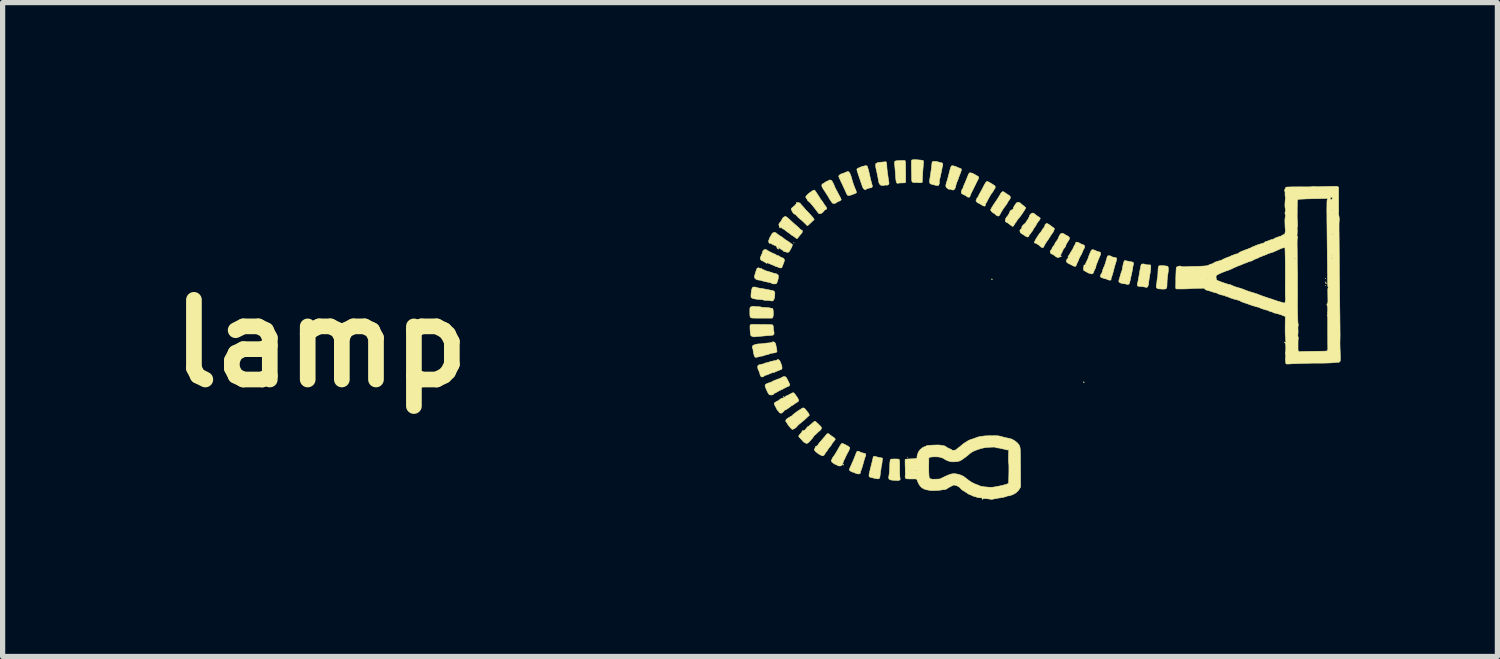
<source format=kicad_pcb>
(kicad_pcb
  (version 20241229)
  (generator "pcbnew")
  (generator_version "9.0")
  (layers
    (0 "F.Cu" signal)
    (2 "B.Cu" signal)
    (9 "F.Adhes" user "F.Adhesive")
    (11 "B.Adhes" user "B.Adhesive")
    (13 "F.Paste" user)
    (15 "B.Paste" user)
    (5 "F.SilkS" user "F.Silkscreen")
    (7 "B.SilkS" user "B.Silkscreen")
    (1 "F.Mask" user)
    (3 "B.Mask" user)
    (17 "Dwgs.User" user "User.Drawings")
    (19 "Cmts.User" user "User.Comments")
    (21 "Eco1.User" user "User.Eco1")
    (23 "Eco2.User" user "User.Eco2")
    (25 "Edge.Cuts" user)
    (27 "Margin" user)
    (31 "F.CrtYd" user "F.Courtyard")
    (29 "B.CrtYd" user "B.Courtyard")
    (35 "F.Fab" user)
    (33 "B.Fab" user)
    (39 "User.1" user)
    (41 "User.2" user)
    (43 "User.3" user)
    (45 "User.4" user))
  (footprint "lamp"
    (layer "F.Cu")
    (at 17.092 3.022)
    (property "Reference" "lamp" (at -14 0.5 0) (layer "F.SilkS") (effects (font (size 1.524 1.524) (thickness 0.3))))
    (attr through_hole)
    (fp_poly (pts (xy -2.775 2.677) (xy -2.778 2.68) (xy -2.781 2.677) (xy -2.778 2.673) (xy -2.775 2.677)) (stroke (width 0.01) (type solid)) (fill yes) (layer "F.SilkS"))
    (fp_poly (pts (xy 5.226 -0.606) (xy 5.223 -0.603) (xy 5.22 -0.606) (xy 5.223 -0.61) (xy 5.226 -0.606)) (stroke (width 0.01) (type solid)) (fill yes) (layer "F.SilkS"))
    (fp_poly (pts (xy -4.949 -1.427) (xy -4.95 -1.423) (xy -4.953 -1.422) (xy -4.958 -1.425) (xy -4.957 -1.427) (xy -4.95 -1.427) (xy -4.949 -1.427)) (stroke (width 0.01) (type solid)) (fill yes) (layer "F.SilkS"))
    (fp_poly (pts (xy 5.224 -0.747) (xy 5.225 -0.74) (xy 5.224 -0.739) (xy 5.22 -0.74) (xy 5.22 -0.743) (xy 5.222 -0.748) (xy 5.224 -0.747)) (stroke (width 0.01) (type solid)) (fill yes) (layer "F.SilkS"))
    (fp_poly (pts (xy -5.143 1.515) (xy -5.14 1.522) (xy -5.141 1.524) (xy -5.147 1.53) (xy -5.15 1.524) (xy -5.15 1.52) (xy -5.147 1.514) (xy -5.143 1.515)) (stroke (width 0.01) (type solid)) (fill yes) (layer "F.SilkS"))
    (fp_poly (pts (xy -4.001 2.822) (xy -4.001 2.825) (xy -4.008 2.828) (xy -4.012 2.826) (xy -4.017 2.82) (xy -4.013 2.816) (xy -4.004 2.815) (xy -4.001 2.822)) (stroke (width 0.01) (type solid)) (fill yes) (layer "F.SilkS"))
    (fp_poly (pts (xy -1.156 -0.729) (xy -1.157 -0.723) (xy -1.161 -0.718) (xy -1.165 -0.723) (xy -1.167 -0.732) (xy -1.166 -0.735) (xy -1.16 -0.736) (xy -1.156 -0.729)) (stroke (width 0.01) (type solid)) (fill yes) (layer "F.SilkS"))
    (fp_poly (pts (xy 0.604 1.24) (xy 0.604 1.241) (xy 0.599 1.249) (xy 0.597 1.25) (xy 0.592 1.247) (xy 0.591 1.241) (xy 0.594 1.234) (xy 0.597 1.233) (xy 0.604 1.24)) (stroke (width 0.01) (type solid)) (fill yes) (layer "F.SilkS"))
    (fp_poly (pts (xy 5.232 -0.675) (xy 5.232 -0.673) (xy 5.228 -0.665) (xy 5.226 -0.664) (xy 5.221 -0.665) (xy 5.22 -0.67) (xy 5.223 -0.678) (xy 5.226 -0.679) (xy 5.232 -0.675)) (stroke (width 0.01) (type solid)) (fill yes) (layer "F.SilkS"))
    (fp_poly (pts (xy 5.232 -0.651) (xy 5.238 -0.645) (xy 5.239 -0.644) (xy 5.234 -0.641) (xy 5.232 -0.641) (xy 5.226 -0.646) (xy 5.226 -0.648) (xy 5.23 -0.652) (xy 5.232 -0.651)) (stroke (width 0.01) (type solid)) (fill yes) (layer "F.SilkS"))
    (fp_poly (pts (xy -2.986 2.711) (xy -2.963 2.712) (xy -2.949 2.714) (xy -2.94 2.718) (xy -2.935 2.722) (xy -2.933 2.729) (xy -2.931 2.744) (xy -2.929 2.768) (xy -2.928 2.8) (xy -2.928 2.844) (xy -2.927 2.896) (xy -2.927 2.956) (xy -2.926 3.006) (xy -2.924 3.043) (xy -2.922 3.068) (xy -2.92 3.08) (xy -2.916 3.095) (xy -2.919 3.104) (xy -2.927 3.112) (xy -2.934 3.117) (xy -2.941 3.12) (xy -2.953 3.122) (xy -2.969 3.122) (xy -2.993 3.121) (xy -3.027 3.119) (xy -3.049 3.118) (xy -3.085 3.114) (xy -3.111 3.107) (xy -3.127 3.098) (xy -3.135 3.085) (xy -3.137 3.068) (xy -3.136 3.051) (xy -3.132 3.025) (xy -3.128 2.998) (xy -3.127 2.994) (xy -3.124 2.966) (xy -3.121 2.931) (xy -3.119 2.893) (xy -3.118 2.866) (xy -3.117 2.823) (xy -3.115 2.784) (xy -3.111 2.752) (xy -3.106 2.729) (xy -3.1 2.716) (xy -3.1 2.716) (xy -3.091 2.714) (xy -3.073 2.712) (xy -3.048 2.711) (xy -3.019 2.711) (xy -2.986 2.711)) (stroke (width 0.01) (type solid)) (fill yes) (layer "F.SilkS"))
    (fp_poly (pts (xy -3.562 -2.901) (xy -3.548 -2.893) (xy -3.543 -2.883) (xy -3.539 -2.868) (xy -3.533 -2.847) (xy -3.527 -2.829) (xy -3.52 -2.801) (xy -3.512 -2.768) (xy -3.508 -2.75) (xy -3.499 -2.708) (xy -3.488 -2.66) (xy -3.476 -2.612) (xy -3.464 -2.569) (xy -3.46 -2.553) (xy -3.452 -2.523) (xy -3.451 -2.502) (xy -3.456 -2.489) (xy -3.469 -2.482) (xy -3.478 -2.479) (xy -3.506 -2.474) (xy -3.532 -2.467) (xy -3.554 -2.459) (xy -3.569 -2.451) (xy -3.573 -2.447) (xy -3.578 -2.44) (xy -3.585 -2.44) (xy -3.598 -2.447) (xy -3.607 -2.453) (xy -3.614 -2.458) (xy -3.621 -2.465) (xy -3.627 -2.475) (xy -3.634 -2.49) (xy -3.643 -2.512) (xy -3.653 -2.541) (xy -3.667 -2.58) (xy -3.675 -2.604) (xy -3.696 -2.666) (xy -3.713 -2.717) (xy -3.726 -2.757) (xy -3.736 -2.789) (xy -3.743 -2.811) (xy -3.746 -2.826) (xy -3.746 -2.832) (xy -3.741 -2.841) (xy -3.725 -2.852) (xy -3.702 -2.864) (xy -3.674 -2.875) (xy -3.644 -2.886) (xy -3.615 -2.894) (xy -3.588 -2.9) (xy -3.567 -2.901) (xy -3.562 -2.901)) (stroke (width 0.01) (type solid)) (fill yes) (layer "F.SilkS"))
    (fp_poly (pts (xy -2.842 -3.001) (xy -2.831 -3) (xy -2.824 -2.997) (xy -2.822 -2.994) (xy -2.82 -2.99) (xy -2.819 -2.983) (xy -2.817 -2.971) (xy -2.816 -2.955) (xy -2.815 -2.931) (xy -2.814 -2.901) (xy -2.813 -2.861) (xy -2.813 -2.812) (xy -2.812 -2.753) (xy -2.812 -2.686) (xy -2.812 -2.651) (xy -2.812 -2.621) (xy -2.813 -2.597) (xy -2.815 -2.583) (xy -2.815 -2.579) (xy -2.825 -2.575) (xy -2.847 -2.573) (xy -2.881 -2.572) (xy -2.884 -2.572) (xy -2.912 -2.571) (xy -2.936 -2.57) (xy -2.953 -2.567) (xy -2.959 -2.566) (xy -2.971 -2.564) (xy -2.98 -2.57) (xy -2.985 -2.578) (xy -2.99 -2.587) (xy -2.994 -2.599) (xy -2.997 -2.616) (xy -3 -2.639) (xy -3.003 -2.671) (xy -3.006 -2.713) (xy -3.007 -2.731) (xy -3.01 -2.774) (xy -3.014 -2.817) (xy -3.017 -2.857) (xy -3.02 -2.89) (xy -3.022 -2.911) (xy -3.025 -2.942) (xy -3.026 -2.964) (xy -3.023 -2.979) (xy -3.014 -2.988) (xy -2.999 -2.994) (xy -2.975 -2.997) (xy -2.94 -2.999) (xy -2.923 -3) (xy -2.886 -3.001) (xy -2.86 -3.002) (xy -2.842 -3.001)) (stroke (width 0.01) (type solid)) (fill yes) (layer "F.SilkS"))
    (fp_poly (pts (xy 1.749 -1.02) (xy 1.774 -1.013) (xy 1.794 -1.007) (xy 1.819 -1.004) (xy 1.831 -1.004) (xy 1.852 -1.004) (xy 1.868 -1.002) (xy 1.873 -1) (xy 1.877 -0.991) (xy 1.878 -0.972) (xy 1.877 -0.945) (xy 1.874 -0.912) (xy 1.87 -0.875) (xy 1.864 -0.838) (xy 1.855 -0.789) (xy 1.849 -0.75) (xy 1.844 -0.718) (xy 1.84 -0.692) (xy 1.838 -0.669) (xy 1.837 -0.66) (xy 1.833 -0.63) (xy 1.826 -0.603) (xy 1.816 -0.584) (xy 1.806 -0.574) (xy 1.803 -0.574) (xy 1.792 -0.574) (xy 1.774 -0.577) (xy 1.756 -0.581) (xy 1.726 -0.586) (xy 1.694 -0.589) (xy 1.678 -0.59) (xy 1.648 -0.593) (xy 1.628 -0.601) (xy 1.62 -0.615) (xy 1.619 -0.62) (xy 1.621 -0.631) (xy 1.624 -0.649) (xy 1.629 -0.669) (xy 1.633 -0.688) (xy 1.638 -0.717) (xy 1.645 -0.753) (xy 1.652 -0.792) (xy 1.657 -0.822) (xy 1.667 -0.877) (xy 1.674 -0.92) (xy 1.681 -0.953) (xy 1.686 -0.977) (xy 1.69 -0.995) (xy 1.694 -1.007) (xy 1.696 -1.011) (xy 1.707 -1.019) (xy 1.726 -1.022) (xy 1.749 -1.02)) (stroke (width 0.01) (type solid)) (fill yes) (layer "F.SilkS"))
    (fp_poly (pts (xy -5.705 -0.209) (xy -5.696 -0.207) (xy -5.678 -0.205) (xy -5.654 -0.204) (xy -5.647 -0.204) (xy -5.621 -0.203) (xy -5.599 -0.201) (xy -5.584 -0.198) (xy -5.582 -0.197) (xy -5.571 -0.194) (xy -5.549 -0.191) (xy -5.522 -0.189) (xy -5.494 -0.188) (xy -5.463 -0.186) (xy -5.435 -0.184) (xy -5.415 -0.181) (xy -5.405 -0.178) (xy -5.389 -0.174) (xy -5.379 -0.174) (xy -5.366 -0.173) (xy -5.357 -0.166) (xy -5.352 -0.154) (xy -5.348 -0.132) (xy -5.345 -0.104) (xy -5.345 -0.074) (xy -5.346 -0.044) (xy -5.349 -0.019) (xy -5.354 -0.002) (xy -5.355 0.000382) (xy -5.366 0.015) (xy -5.529 0.016) (xy -5.576 0.016) (xy -5.621 0.015) (xy -5.661 0.015) (xy -5.695 0.015) (xy -5.72 0.014) (xy -5.732 0.014) (xy -5.754 0.012) (xy -5.771 0.008) (xy -5.782 0.001) (xy -5.789 -0.013) (xy -5.792 -0.034) (xy -5.794 -0.065) (xy -5.794 -0.099) (xy -5.794 -0.134) (xy -5.793 -0.159) (xy -5.792 -0.176) (xy -5.789 -0.187) (xy -5.784 -0.194) (xy -5.784 -0.194) (xy -5.771 -0.202) (xy -5.753 -0.207) (xy -5.732 -0.211) (xy -5.714 -0.212) (xy -5.705 -0.209)) (stroke (width 0.01) (type solid)) (fill yes) (layer "F.SilkS"))
    (fp_poly (pts (xy -3.403 2.661) (xy -3.383 2.665) (xy -3.354 2.673) (xy -3.343 2.676) (xy -3.318 2.682) (xy -3.293 2.687) (xy -3.281 2.689) (xy -3.256 2.693) (xy -3.261 2.748) (xy -3.264 2.778) (xy -3.268 2.808) (xy -3.272 2.832) (xy -3.273 2.835) (xy -3.278 2.855) (xy -3.281 2.871) (xy -3.282 2.877) (xy -3.283 2.886) (xy -3.285 2.906) (xy -3.289 2.932) (xy -3.293 2.962) (xy -3.297 2.992) (xy -3.301 3.02) (xy -3.304 3.042) (xy -3.305 3.053) (xy -3.312 3.074) (xy -3.324 3.087) (xy -3.342 3.091) (xy -3.37 3.088) (xy -3.378 3.086) (xy -3.395 3.082) (xy -3.42 3.077) (xy -3.447 3.071) (xy -3.449 3.07) (xy -3.478 3.063) (xy -3.498 3.056) (xy -3.51 3.046) (xy -3.514 3.032) (xy -3.513 3.011) (xy -3.507 2.98) (xy -3.503 2.964) (xy -3.495 2.927) (xy -3.484 2.883) (xy -3.473 2.84) (xy -3.467 2.816) (xy -3.459 2.784) (xy -3.451 2.752) (xy -3.445 2.726) (xy -3.442 2.71) (xy -3.437 2.69) (xy -3.432 2.673) (xy -3.43 2.668) (xy -3.426 2.663) (xy -3.422 2.659) (xy -3.415 2.659) (xy -3.403 2.661)) (stroke (width 0.01) (type solid)) (fill yes) (layer "F.SilkS"))
    (fp_poly (pts (xy 2.1 -0.989) (xy 2.129 -0.987) (xy 2.157 -0.984) (xy 2.181 -0.981) (xy 2.198 -0.977) (xy 2.204 -0.973) (xy 2.211 -0.958) (xy 2.214 -0.932) (xy 2.214 -0.9) (xy 2.21 -0.863) (xy 2.207 -0.843) (xy 2.2 -0.8) (xy 2.195 -0.757) (xy 2.191 -0.71) (xy 2.189 -0.654) (xy 2.188 -0.629) (xy 2.187 -0.594) (xy 2.183 -0.569) (xy 2.176 -0.554) (xy 2.162 -0.545) (xy 2.141 -0.541) (xy 2.111 -0.54) (xy 2.106 -0.54) (xy 2.077 -0.542) (xy 2.049 -0.544) (xy 2.027 -0.546) (xy 2.026 -0.547) (xy 2.001 -0.554) (xy 1.987 -0.567) (xy 1.982 -0.586) (xy 1.985 -0.613) (xy 1.987 -0.622) (xy 1.99 -0.64) (xy 1.994 -0.665) (xy 1.996 -0.692) (xy 1.996 -0.693) (xy 1.999 -0.718) (xy 2.002 -0.741) (xy 2.006 -0.756) (xy 2.006 -0.757) (xy 2.008 -0.769) (xy 2.011 -0.791) (xy 2.013 -0.82) (xy 2.015 -0.854) (xy 2.015 -0.864) (xy 2.017 -0.905) (xy 2.019 -0.934) (xy 2.021 -0.955) (xy 2.024 -0.968) (xy 2.029 -0.977) (xy 2.036 -0.983) (xy 2.039 -0.985) (xy 2.052 -0.988) (xy 2.073 -0.989) (xy 2.1 -0.989)) (stroke (width 0.01) (type solid)) (fill yes) (layer "F.SilkS"))
    (fp_poly (pts (xy -1.903 -2.899) (xy -1.88 -2.894) (xy -1.853 -2.885) (xy -1.826 -2.873) (xy -1.826 -2.873) (xy -1.802 -2.862) (xy -1.78 -2.854) (xy -1.765 -2.849) (xy -1.764 -2.848) (xy -1.752 -2.843) (xy -1.747 -2.831) (xy -1.748 -2.812) (xy -1.756 -2.785) (xy -1.768 -2.754) (xy -1.778 -2.727) (xy -1.788 -2.702) (xy -1.795 -2.684) (xy -1.796 -2.68) (xy -1.801 -2.664) (xy -1.81 -2.64) (xy -1.821 -2.613) (xy -1.825 -2.604) (xy -1.837 -2.574) (xy -1.847 -2.542) (xy -1.854 -2.515) (xy -1.855 -2.509) (xy -1.864 -2.476) (xy -1.878 -2.452) (xy -1.895 -2.438) (xy -1.915 -2.436) (xy -1.93 -2.442) (xy -1.947 -2.448) (xy -1.968 -2.451) (xy -1.973 -2.451) (xy -1.995 -2.454) (xy -2.005 -2.461) (xy -2.015 -2.471) (xy -2.026 -2.479) (xy -2.039 -2.492) (xy -2.044 -2.514) (xy -2.041 -2.544) (xy -2.032 -2.579) (xy -2.024 -2.601) (xy -2.017 -2.623) (xy -2.01 -2.646) (xy -2.003 -2.674) (xy -1.994 -2.708) (xy -1.983 -2.75) (xy -1.976 -2.779) (xy -1.965 -2.821) (xy -1.956 -2.852) (xy -1.949 -2.874) (xy -1.942 -2.889) (xy -1.935 -2.897) (xy -1.927 -2.9) (xy -1.916 -2.9) (xy -1.903 -2.899)) (stroke (width 0.01) (type solid)) (fill yes) (layer "F.SilkS"))
    (fp_poly (pts (xy -3.696 2.571) (xy -3.695 2.571) (xy -3.679 2.581) (xy -3.655 2.589) (xy -3.622 2.598) (xy -3.604 2.602) (xy -3.587 2.606) (xy -3.579 2.613) (xy -3.576 2.627) (xy -3.576 2.628) (xy -3.576 2.645) (xy -3.58 2.656) (xy -3.58 2.656) (xy -3.586 2.668) (xy -3.594 2.691) (xy -3.604 2.723) (xy -3.616 2.763) (xy -3.628 2.81) (xy -3.629 2.813) (xy -3.638 2.845) (xy -3.648 2.877) (xy -3.657 2.904) (xy -3.662 2.915) (xy -3.67 2.937) (xy -3.675 2.957) (xy -3.677 2.967) (xy -3.681 2.984) (xy -3.694 2.994) (xy -3.717 2.997) (xy -3.75 2.991) (xy -3.75 2.991) (xy -3.77 2.984) (xy -3.785 2.976) (xy -3.8 2.968) (xy -3.812 2.965) (xy -3.826 2.962) (xy -3.844 2.955) (xy -3.864 2.944) (xy -3.88 2.934) (xy -3.888 2.925) (xy -3.888 2.924) (xy -3.89 2.918) (xy -3.889 2.91) (xy -3.885 2.898) (xy -3.878 2.879) (xy -3.866 2.852) (xy -3.861 2.842) (xy -3.842 2.799) (xy -3.822 2.754) (xy -3.803 2.709) (xy -3.787 2.669) (xy -3.774 2.636) (xy -3.771 2.629) (xy -3.763 2.606) (xy -3.754 2.585) (xy -3.748 2.573) (xy -3.734 2.561) (xy -3.716 2.561) (xy -3.696 2.571)) (stroke (width 0.01) (type solid)) (fill yes) (layer "F.SilkS"))
    (fp_poly (pts (xy -3.187 -2.974) (xy -3.181 -2.963) (xy -3.181 -2.962) (xy -3.178 -2.948) (xy -3.175 -2.926) (xy -3.173 -2.898) (xy -3.172 -2.887) (xy -3.171 -2.858) (xy -3.168 -2.825) (xy -3.163 -2.787) (xy -3.157 -2.741) (xy -3.149 -2.685) (xy -3.14 -2.625) (xy -3.135 -2.595) (xy -3.132 -2.574) (xy -3.132 -2.561) (xy -3.133 -2.553) (xy -3.138 -2.547) (xy -3.144 -2.54) (xy -3.145 -2.54) (xy -3.16 -2.53) (xy -3.178 -2.53) (xy -3.18 -2.53) (xy -3.196 -2.532) (xy -3.208 -2.53) (xy -3.208 -2.529) (xy -3.222 -2.525) (xy -3.242 -2.523) (xy -3.264 -2.524) (xy -3.283 -2.526) (xy -3.283 -2.526) (xy -3.301 -2.538) (xy -3.316 -2.558) (xy -3.327 -2.586) (xy -3.33 -2.602) (xy -3.335 -2.633) (xy -3.342 -2.672) (xy -3.35 -2.712) (xy -3.358 -2.751) (xy -3.365 -2.784) (xy -3.368 -2.797) (xy -3.378 -2.84) (xy -3.385 -2.877) (xy -3.387 -2.908) (xy -3.386 -2.931) (xy -3.381 -2.944) (xy -3.375 -2.946) (xy -3.364 -2.951) (xy -3.36 -2.955) (xy -3.349 -2.96) (xy -3.327 -2.965) (xy -3.295 -2.968) (xy -3.294 -2.968) (xy -3.265 -2.97) (xy -3.238 -2.973) (xy -3.217 -2.975) (xy -3.212 -2.976) (xy -3.196 -2.977) (xy -3.187 -2.974)) (stroke (width 0.01) (type solid)) (fill yes) (layer "F.SilkS"))
    (fp_poly (pts (xy -2.625 -3.016) (xy -2.597 -3.015) (xy -2.566 -3.012) (xy -2.536 -3.01) (xy -2.509 -3.006) (xy -2.488 -3.003) (xy -2.476 -3) (xy -2.475 -3) (xy -2.473 -2.992) (xy -2.472 -2.974) (xy -2.473 -2.949) (xy -2.473 -2.947) (xy -2.475 -2.922) (xy -2.477 -2.888) (xy -2.48 -2.851) (xy -2.483 -2.813) (xy -2.483 -2.81) (xy -2.486 -2.77) (xy -2.488 -2.726) (xy -2.491 -2.685) (xy -2.492 -2.652) (xy -2.493 -2.624) (xy -2.494 -2.601) (xy -2.496 -2.586) (xy -2.497 -2.582) (xy -2.505 -2.579) (xy -2.52 -2.577) (xy -2.539 -2.576) (xy -2.556 -2.575) (xy -2.567 -2.576) (xy -2.568 -2.576) (xy -2.576 -2.578) (xy -2.593 -2.579) (xy -2.615 -2.579) (xy -2.62 -2.579) (xy -2.652 -2.58) (xy -2.673 -2.583) (xy -2.686 -2.59) (xy -2.693 -2.602) (xy -2.695 -2.612) (xy -2.696 -2.623) (xy -2.697 -2.645) (xy -2.698 -2.677) (xy -2.699 -2.716) (xy -2.7 -2.76) (xy -2.701 -2.808) (xy -2.701 -2.817) (xy -2.702 -2.873) (xy -2.703 -2.917) (xy -2.703 -2.951) (xy -2.702 -2.976) (xy -2.701 -2.993) (xy -2.699 -3.004) (xy -2.697 -3.009) (xy -2.696 -3.009) (xy -2.686 -3.013) (xy -2.667 -3.016) (xy -2.647 -3.017) (xy -2.625 -3.016)) (stroke (width 0.01) (type solid)) (fill yes) (layer "F.SilkS"))
    (fp_poly (pts (xy -2.229 -2.982) (xy -2.199 -2.976) (xy -2.185 -2.972) (xy -2.162 -2.965) (xy -2.142 -2.96) (xy -2.132 -2.958) (xy -2.117 -2.954) (xy -2.11 -2.951) (xy -2.105 -2.942) (xy -2.102 -2.926) (xy -2.102 -2.909) (xy -2.105 -2.896) (xy -2.106 -2.893) (xy -2.111 -2.884) (xy -2.112 -2.878) (xy -2.114 -2.865) (xy -2.118 -2.842) (xy -2.124 -2.812) (xy -2.131 -2.778) (xy -2.139 -2.743) (xy -2.146 -2.708) (xy -2.153 -2.677) (xy -2.159 -2.653) (xy -2.163 -2.639) (xy -2.167 -2.616) (xy -2.169 -2.595) (xy -2.168 -2.587) (xy -2.168 -2.565) (xy -2.174 -2.544) (xy -2.182 -2.529) (xy -2.192 -2.522) (xy -2.202 -2.521) (xy -2.217 -2.522) (xy -2.226 -2.524) (xy -2.235 -2.526) (xy -2.252 -2.53) (xy -2.276 -2.536) (xy -2.283 -2.537) (xy -2.312 -2.545) (xy -2.334 -2.554) (xy -2.345 -2.561) (xy -2.353 -2.576) (xy -2.355 -2.6) (xy -2.353 -2.633) (xy -2.349 -2.654) (xy -2.344 -2.688) (xy -2.337 -2.729) (xy -2.331 -2.774) (xy -2.324 -2.818) (xy -2.319 -2.86) (xy -2.315 -2.896) (xy -2.312 -2.923) (xy -2.312 -2.923) (xy -2.309 -2.953) (xy -2.304 -2.972) (xy -2.299 -2.978) (xy -2.283 -2.983) (xy -2.258 -2.984) (xy -2.229 -2.982)) (stroke (width 0.01) (type solid)) (fill yes) (layer "F.SilkS"))
    (fp_poly (pts (xy -4.013 2.416) (xy -3.994 2.424) (xy -3.97 2.436) (xy -3.945 2.449) (xy -3.92 2.463) (xy -3.9 2.476) (xy -3.886 2.487) (xy -3.882 2.491) (xy -3.882 2.506) (xy -3.886 2.52) (xy -3.895 2.538) (xy -3.904 2.558) (xy -3.905 2.559) (xy -3.914 2.578) (xy -3.927 2.6) (xy -3.932 2.609) (xy -3.945 2.633) (xy -3.957 2.66) (xy -3.963 2.673) (xy -3.972 2.694) (xy -3.98 2.711) (xy -3.985 2.719) (xy -3.992 2.73) (xy -3.999 2.749) (xy -4.007 2.772) (xy -4.018 2.805) (xy -4.031 2.826) (xy -4.046 2.839) (xy -4.066 2.844) (xy -4.076 2.845) (xy -4.105 2.84) (xy -4.12 2.832) (xy -4.134 2.823) (xy -4.144 2.819) (xy -4.158 2.815) (xy -4.176 2.805) (xy -4.196 2.791) (xy -4.215 2.776) (xy -4.229 2.761) (xy -4.235 2.75) (xy -4.235 2.748) (xy -4.232 2.735) (xy -4.224 2.715) (xy -4.213 2.693) (xy -4.201 2.672) (xy -4.19 2.658) (xy -4.19 2.657) (xy -4.181 2.647) (xy -4.17 2.631) (xy -4.155 2.607) (xy -4.136 2.575) (xy -4.112 2.534) (xy -4.094 2.502) (xy -4.075 2.468) (xy -4.06 2.444) (xy -4.049 2.428) (xy -4.04 2.418) (xy -4.032 2.414) (xy -4.025 2.413) (xy -4.013 2.416)) (stroke (width 0.01) (type solid)) (fill yes) (layer "F.SilkS"))
    (fp_poly (pts (xy -1.554 -2.762) (xy -1.524 -2.751) (xy -1.49 -2.733) (xy -1.47 -2.721) (xy -1.451 -2.71) (xy -1.435 -2.701) (xy -1.428 -2.697) (xy -1.417 -2.687) (xy -1.415 -2.671) (xy -1.421 -2.65) (xy -1.423 -2.647) (xy -1.428 -2.638) (xy -1.434 -2.626) (xy -1.442 -2.61) (xy -1.453 -2.589) (xy -1.467 -2.56) (xy -1.485 -2.523) (xy -1.508 -2.477) (xy -1.517 -2.457) (xy -1.53 -2.432) (xy -1.543 -2.406) (xy -1.553 -2.388) (xy -1.564 -2.364) (xy -1.573 -2.34) (xy -1.575 -2.332) (xy -1.583 -2.31) (xy -1.596 -2.299) (xy -1.614 -2.299) (xy -1.626 -2.302) (xy -1.64 -2.309) (xy -1.646 -2.315) (xy -1.646 -2.316) (xy -1.651 -2.321) (xy -1.665 -2.33) (xy -1.685 -2.339) (xy -1.691 -2.342) (xy -1.716 -2.354) (xy -1.735 -2.365) (xy -1.744 -2.374) (xy -1.748 -2.393) (xy -1.745 -2.417) (xy -1.737 -2.44) (xy -1.728 -2.453) (xy -1.718 -2.467) (xy -1.714 -2.479) (xy -1.712 -2.49) (xy -1.705 -2.509) (xy -1.695 -2.533) (xy -1.688 -2.549) (xy -1.673 -2.582) (xy -1.657 -2.621) (xy -1.643 -2.656) (xy -1.64 -2.664) (xy -1.624 -2.703) (xy -1.612 -2.732) (xy -1.602 -2.751) (xy -1.594 -2.761) (xy -1.592 -2.763) (xy -1.577 -2.766) (xy -1.554 -2.762)) (stroke (width 0.01) (type solid)) (fill yes) (layer "F.SilkS"))
    (fp_poly (pts (xy 1.406 -1.082) (xy 1.43 -1.077) (xy 1.444 -1.074) (xy 1.472 -1.068) (xy 1.497 -1.063) (xy 1.515 -1.06) (xy 1.52 -1.059) (xy 1.539 -1.053) (xy 1.547 -1.041) (xy 1.547 -1.02) (xy 1.544 -1.008) (xy 1.539 -0.987) (xy 1.534 -0.96) (xy 1.531 -0.937) (xy 1.526 -0.911) (xy 1.52 -0.878) (xy 1.513 -0.843) (xy 1.509 -0.826) (xy 1.502 -0.795) (xy 1.495 -0.766) (xy 1.491 -0.743) (xy 1.489 -0.733) (xy 1.483 -0.706) (xy 1.476 -0.678) (xy 1.469 -0.655) (xy 1.462 -0.64) (xy 1.46 -0.637) (xy 1.447 -0.631) (xy 1.429 -0.629) (xy 1.412 -0.634) (xy 1.41 -0.635) (xy 1.397 -0.639) (xy 1.379 -0.641) (xy 1.376 -0.641) (xy 1.356 -0.643) (xy 1.331 -0.648) (xy 1.314 -0.652) (xy 1.287 -0.663) (xy 1.271 -0.676) (xy 1.266 -0.693) (xy 1.269 -0.713) (xy 1.288 -0.776) (xy 1.303 -0.827) (xy 1.306 -0.838) (xy 1.312 -0.858) (xy 1.317 -0.874) (xy 1.32 -0.879) (xy 1.323 -0.883) (xy 1.325 -0.889) (xy 1.328 -0.899) (xy 1.331 -0.916) (xy 1.336 -0.94) (xy 1.342 -0.976) (xy 1.351 -1.021) (xy 1.36 -1.053) (xy 1.368 -1.074) (xy 1.376 -1.084) (xy 1.377 -1.084) (xy 1.387 -1.084) (xy 1.406 -1.082)) (stroke (width 0.01) (type solid)) (fill yes) (layer "F.SilkS"))
    (fp_poly (pts (xy -3.911 -2.788) (xy -3.902 -2.784) (xy -3.897 -2.779) (xy -3.884 -2.762) (xy -3.87 -2.733) (xy -3.855 -2.692) (xy -3.84 -2.639) (xy -3.839 -2.635) (xy -3.832 -2.608) (xy -3.822 -2.577) (xy -3.811 -2.544) (xy -3.799 -2.512) (xy -3.788 -2.483) (xy -3.779 -2.462) (xy -3.773 -2.449) (xy -3.772 -2.448) (xy -3.767 -2.436) (xy -3.761 -2.419) (xy -3.756 -2.402) (xy -3.754 -2.388) (xy -3.755 -2.383) (xy -3.765 -2.377) (xy -3.785 -2.368) (xy -3.81 -2.358) (xy -3.837 -2.348) (xy -3.863 -2.339) (xy -3.885 -2.333) (xy -3.899 -2.331) (xy -3.9 -2.33) (xy -3.917 -2.332) (xy -3.928 -2.341) (xy -3.935 -2.351) (xy -3.946 -2.371) (xy -3.956 -2.394) (xy -3.957 -2.397) (xy -3.961 -2.406) (xy -3.966 -2.418) (xy -3.973 -2.433) (xy -3.982 -2.452) (xy -3.994 -2.478) (xy -4.009 -2.51) (xy -4.028 -2.552) (xy -4.053 -2.603) (xy -4.058 -2.615) (xy -4.074 -2.649) (xy -4.085 -2.674) (xy -4.091 -2.691) (xy -4.093 -2.703) (xy -4.089 -2.712) (xy -4.082 -2.72) (xy -4.072 -2.728) (xy -4.055 -2.739) (xy -4.039 -2.746) (xy -4.034 -2.748) (xy -4.02 -2.751) (xy -4.001 -2.758) (xy -3.99 -2.762) (xy -3.959 -2.776) (xy -3.937 -2.785) (xy -3.921 -2.789) (xy -3.911 -2.788)) (stroke (width 0.01) (type solid)) (fill yes) (layer "F.SilkS"))
    (fp_poly (pts (xy -5.675 -0.576) (xy -5.662 -0.57) (xy -5.65 -0.566) (xy -5.63 -0.562) (xy -5.604 -0.557) (xy -5.592 -0.556) (xy -5.561 -0.551) (xy -5.524 -0.544) (xy -5.484 -0.537) (xy -5.455 -0.531) (xy -5.424 -0.525) (xy -5.396 -0.519) (xy -5.375 -0.516) (xy -5.363 -0.514) (xy -5.362 -0.514) (xy -5.349 -0.51) (xy -5.333 -0.5) (xy -5.331 -0.498) (xy -5.323 -0.489) (xy -5.318 -0.481) (xy -5.316 -0.468) (xy -5.316 -0.449) (xy -5.317 -0.433) (xy -5.321 -0.388) (xy -5.328 -0.355) (xy -5.339 -0.332) (xy -5.347 -0.322) (xy -5.359 -0.315) (xy -5.371 -0.312) (xy -5.389 -0.315) (xy -5.404 -0.318) (xy -5.421 -0.321) (xy -5.446 -0.323) (xy -5.474 -0.324) (xy -5.477 -0.324) (xy -5.502 -0.325) (xy -5.522 -0.328) (xy -5.535 -0.331) (xy -5.536 -0.332) (xy -5.546 -0.335) (xy -5.565 -0.338) (xy -5.589 -0.34) (xy -5.593 -0.341) (xy -5.639 -0.344) (xy -5.681 -0.349) (xy -5.716 -0.356) (xy -5.743 -0.364) (xy -5.753 -0.369) (xy -5.763 -0.376) (xy -5.769 -0.384) (xy -5.772 -0.397) (xy -5.772 -0.419) (xy -5.772 -0.421) (xy -5.77 -0.457) (xy -5.766 -0.493) (xy -5.76 -0.525) (xy -5.752 -0.552) (xy -5.744 -0.569) (xy -5.74 -0.573) (xy -5.723 -0.58) (xy -5.7 -0.58) (xy -5.675 -0.576)) (stroke (width 0.01) (type solid)) (fill yes) (layer "F.SilkS"))
    (fp_poly (pts (xy -4.873 -2.194) (xy -4.852 -2.192) (xy -4.838 -2.188) (xy -4.833 -2.185) (xy -4.828 -2.177) (xy -4.817 -2.163) (xy -4.8 -2.145) (xy -4.789 -2.133) (xy -4.771 -2.113) (xy -4.756 -2.096) (xy -4.746 -2.084) (xy -4.744 -2.08) (xy -4.738 -2.073) (xy -4.726 -2.059) (xy -4.71 -2.042) (xy -4.706 -2.038) (xy -4.676 -2.008) (xy -4.647 -1.977) (xy -4.621 -1.948) (xy -4.598 -1.923) (xy -4.582 -1.902) (xy -4.573 -1.89) (xy -4.562 -1.872) (xy -4.625 -1.812) (xy -4.648 -1.79) (xy -4.668 -1.772) (xy -4.683 -1.759) (xy -4.691 -1.753) (xy -4.692 -1.753) (xy -4.698 -1.757) (xy -4.71 -1.768) (xy -4.725 -1.783) (xy -4.751 -1.809) (xy -4.783 -1.839) (xy -4.817 -1.868) (xy -4.848 -1.894) (xy -4.851 -1.896) (xy -4.868 -1.911) (xy -4.887 -1.931) (xy -4.898 -1.944) (xy -4.918 -1.965) (xy -4.935 -1.975) (xy -4.939 -1.976) (xy -4.954 -1.984) (xy -4.97 -2.004) (xy -4.988 -2.035) (xy -4.997 -2.056) (xy -5.003 -2.071) (xy -5.001 -2.081) (xy -4.991 -2.091) (xy -4.985 -2.097) (xy -4.97 -2.109) (xy -4.951 -2.126) (xy -4.933 -2.141) (xy -4.916 -2.159) (xy -4.907 -2.172) (xy -4.905 -2.182) (xy -4.905 -2.184) (xy -4.907 -2.192) (xy -4.903 -2.195) (xy -4.893 -2.196) (xy -4.873 -2.194)) (stroke (width 0.01) (type solid)) (fill yes) (layer "F.SilkS"))
    (fp_poly (pts (xy -5.69 0.135) (xy -5.655 0.135) (xy -5.611 0.136) (xy -5.556 0.136) (xy -5.522 0.137) (xy -5.471 0.138) (xy -5.431 0.139) (xy -5.402 0.14) (xy -5.381 0.141) (xy -5.366 0.143) (xy -5.358 0.146) (xy -5.355 0.148) (xy -5.349 0.161) (xy -5.344 0.185) (xy -5.343 0.207) (xy -5.34 0.234) (xy -5.337 0.259) (xy -5.334 0.276) (xy -5.333 0.277) (xy -5.33 0.301) (xy -5.334 0.322) (xy -5.343 0.336) (xy -5.353 0.34) (xy -5.372 0.343) (xy -5.396 0.346) (xy -5.398 0.346) (xy -5.427 0.348) (xy -5.456 0.35) (xy -5.476 0.352) (xy -5.5 0.354) (xy -5.53 0.357) (xy -5.553 0.359) (xy -5.581 0.361) (xy -5.616 0.364) (xy -5.649 0.367) (xy -5.655 0.368) (xy -5.684 0.371) (xy -5.703 0.373) (xy -5.717 0.373) (xy -5.726 0.372) (xy -5.736 0.37) (xy -5.745 0.366) (xy -5.761 0.359) (xy -5.772 0.352) (xy -5.772 0.352) (xy -5.777 0.342) (xy -5.781 0.321) (xy -5.785 0.293) (xy -5.788 0.26) (xy -5.79 0.226) (xy -5.791 0.198) (xy -5.791 0.172) (xy -5.79 0.156) (xy -5.787 0.147) (xy -5.781 0.142) (xy -5.776 0.14) (xy -5.771 0.138) (xy -5.766 0.137) (xy -5.76 0.136) (xy -5.75 0.135) (xy -5.736 0.135) (xy -5.716 0.135) (xy -5.69 0.135)) (stroke (width 0.01) (type solid)) (fill yes) (layer "F.SilkS"))
    (fp_poly (pts (xy -1.247 -2.598) (xy -1.231 -2.592) (xy -1.222 -2.588) (xy -1.2 -2.576) (xy -1.174 -2.561) (xy -1.149 -2.546) (xy -1.127 -2.531) (xy -1.111 -2.52) (xy -1.103 -2.512) (xy -1.099 -2.5) (xy -1.099 -2.484) (xy -1.102 -2.47) (xy -1.105 -2.467) (xy -1.111 -2.459) (xy -1.121 -2.444) (xy -1.127 -2.432) (xy -1.14 -2.409) (xy -1.155 -2.388) (xy -1.161 -2.38) (xy -1.172 -2.366) (xy -1.184 -2.348) (xy -1.198 -2.325) (xy -1.215 -2.295) (xy -1.236 -2.256) (xy -1.243 -2.242) (xy -1.256 -2.217) (xy -1.268 -2.195) (xy -1.277 -2.18) (xy -1.28 -2.175) (xy -1.287 -2.159) (xy -1.289 -2.145) (xy -1.292 -2.132) (xy -1.3 -2.128) (xy -1.318 -2.131) (xy -1.324 -2.133) (xy -1.337 -2.138) (xy -1.355 -2.149) (xy -1.364 -2.154) (xy -1.385 -2.168) (xy -1.408 -2.179) (xy -1.415 -2.183) (xy -1.44 -2.197) (xy -1.458 -2.212) (xy -1.466 -2.226) (xy -1.467 -2.229) (xy -1.463 -2.244) (xy -1.455 -2.264) (xy -1.444 -2.284) (xy -1.435 -2.296) (xy -1.425 -2.31) (xy -1.416 -2.329) (xy -1.416 -2.33) (xy -1.408 -2.347) (xy -1.396 -2.37) (xy -1.383 -2.392) (xy -1.368 -2.418) (xy -1.353 -2.446) (xy -1.343 -2.465) (xy -1.324 -2.503) (xy -1.306 -2.537) (xy -1.29 -2.565) (xy -1.276 -2.585) (xy -1.267 -2.595) (xy -1.258 -2.599) (xy -1.247 -2.598)) (stroke (width 0.01) (type solid)) (fill yes) (layer "F.SilkS"))
    (fp_poly (pts (xy -0.083 -1.784) (xy -0.063 -1.772) (xy -0.039 -1.755) (xy -0.017 -1.738) (xy 0.002 -1.724) (xy 0.016 -1.713) (xy 0.025 -1.708) (xy 0.025 -1.708) (xy 0.031 -1.703) (xy 0.032 -1.69) (xy 0.027 -1.671) (xy 0.019 -1.65) (xy 0.007 -1.628) (xy -0.006 -1.608) (xy -0.011 -1.603) (xy -0.019 -1.592) (xy -0.032 -1.573) (xy -0.046 -1.55) (xy -0.05 -1.544) (xy -0.068 -1.515) (xy -0.089 -1.483) (xy -0.109 -1.455) (xy -0.127 -1.429) (xy -0.145 -1.4) (xy -0.158 -1.375) (xy -0.158 -1.374) (xy -0.169 -1.354) (xy -0.179 -1.338) (xy -0.186 -1.332) (xy -0.197 -1.333) (xy -0.214 -1.34) (xy -0.22 -1.344) (xy -0.237 -1.357) (xy -0.252 -1.371) (xy -0.255 -1.375) (xy -0.266 -1.384) (xy -0.284 -1.396) (xy -0.305 -1.408) (xy -0.325 -1.418) (xy -0.34 -1.422) (xy -0.342 -1.422) (xy -0.349 -1.427) (xy -0.347 -1.441) (xy -0.338 -1.464) (xy -0.321 -1.496) (xy -0.314 -1.508) (xy -0.29 -1.546) (xy -0.271 -1.575) (xy -0.255 -1.598) (xy -0.24 -1.616) (xy -0.229 -1.629) (xy -0.216 -1.645) (xy -0.208 -1.66) (xy -0.207 -1.662) (xy -0.2 -1.674) (xy -0.188 -1.692) (xy -0.175 -1.708) (xy -0.157 -1.732) (xy -0.15 -1.749) (xy -0.15 -1.754) (xy -0.147 -1.769) (xy -0.133 -1.784) (xy -0.133 -1.784) (xy -0.113 -1.799) (xy -0.083 -1.784)) (stroke (width 0.01) (type solid)) (fill yes) (layer "F.SilkS"))
    (fp_poly (pts (xy -4.246 -2.627) (xy -4.229 -2.615) (xy -4.221 -2.605) (xy -4.211 -2.589) (xy -4.2 -2.567) (xy -4.189 -2.545) (xy -4.179 -2.524) (xy -4.173 -2.509) (xy -4.172 -2.503) (xy -4.171 -2.5) (xy -4.168 -2.493) (xy -4.162 -2.481) (xy -4.153 -2.463) (xy -4.139 -2.436) (xy -4.12 -2.401) (xy -4.093 -2.35) (xy -4.071 -2.309) (xy -4.056 -2.28) (xy -4.048 -2.261) (xy -4.045 -2.254) (xy -4.05 -2.244) (xy -4.063 -2.233) (xy -4.078 -2.225) (xy -4.088 -2.223) (xy -4.101 -2.218) (xy -4.119 -2.208) (xy -4.129 -2.2) (xy -4.157 -2.183) (xy -4.185 -2.178) (xy -4.209 -2.182) (xy -4.215 -2.189) (xy -4.227 -2.203) (xy -4.241 -2.222) (xy -4.255 -2.244) (xy -4.269 -2.264) (xy -4.278 -2.28) (xy -4.282 -2.288) (xy -4.286 -2.297) (xy -4.297 -2.314) (xy -4.312 -2.338) (xy -4.33 -2.366) (xy -4.339 -2.38) (xy -4.363 -2.417) (xy -4.381 -2.444) (xy -4.394 -2.465) (xy -4.403 -2.48) (xy -4.409 -2.49) (xy -4.412 -2.499) (xy -4.414 -2.506) (xy -4.416 -2.514) (xy -4.417 -2.532) (xy -4.411 -2.546) (xy -4.41 -2.547) (xy -4.399 -2.556) (xy -4.391 -2.559) (xy -4.383 -2.563) (xy -4.369 -2.572) (xy -4.362 -2.577) (xy -4.345 -2.59) (xy -4.329 -2.599) (xy -4.325 -2.6) (xy -4.308 -2.607) (xy -4.29 -2.617) (xy -4.29 -2.617) (xy -4.266 -2.628) (xy -4.246 -2.627)) (stroke (width 0.01) (type solid)) (fill yes) (layer "F.SilkS"))
    (fp_poly (pts (xy 0.476 -1.437) (xy 0.504 -1.426) (xy 0.527 -1.413) (xy 0.548 -1.402) (xy 0.572 -1.393) (xy 0.576 -1.392) (xy 0.594 -1.384) (xy 0.607 -1.375) (xy 0.61 -1.372) (xy 0.613 -1.354) (xy 0.61 -1.333) (xy 0.6 -1.315) (xy 0.6 -1.314) (xy 0.593 -1.303) (xy 0.584 -1.285) (xy 0.578 -1.27) (xy 0.562 -1.232) (xy 0.549 -1.203) (xy 0.535 -1.178) (xy 0.526 -1.165) (xy 0.514 -1.142) (xy 0.503 -1.117) (xy 0.501 -1.111) (xy 0.494 -1.09) (xy 0.485 -1.071) (xy 0.483 -1.067) (xy 0.474 -1.051) (xy 0.465 -1.03) (xy 0.461 -1.019) (xy 0.453 -1) (xy 0.447 -0.986) (xy 0.444 -0.982) (xy 0.43 -0.975) (xy 0.41 -0.978) (xy 0.385 -0.988) (xy 0.377 -0.993) (xy 0.353 -1.006) (xy 0.327 -1.019) (xy 0.318 -1.023) (xy 0.286 -1.04) (xy 0.267 -1.059) (xy 0.261 -1.078) (xy 0.266 -1.098) (xy 0.28 -1.115) (xy 0.293 -1.13) (xy 0.297 -1.143) (xy 0.296 -1.151) (xy 0.296 -1.167) (xy 0.301 -1.173) (xy 0.309 -1.181) (xy 0.319 -1.197) (xy 0.329 -1.214) (xy 0.343 -1.24) (xy 0.359 -1.266) (xy 0.369 -1.28) (xy 0.383 -1.304) (xy 0.396 -1.331) (xy 0.401 -1.342) (xy 0.41 -1.363) (xy 0.42 -1.381) (xy 0.425 -1.387) (xy 0.435 -1.403) (xy 0.438 -1.418) (xy 0.443 -1.433) (xy 0.455 -1.439) (xy 0.476 -1.437)) (stroke (width 0.01) (type solid)) (fill yes) (layer "F.SilkS"))
    (fp_poly (pts (xy -4.559 -2.435) (xy -4.551 -2.429) (xy -4.539 -2.414) (xy -4.524 -2.392) (xy -4.511 -2.373) (xy -4.495 -2.348) (xy -4.481 -2.327) (xy -4.471 -2.311) (xy -4.467 -2.305) (xy -4.46 -2.293) (xy -4.45 -2.276) (xy -4.448 -2.273) (xy -4.436 -2.255) (xy -4.422 -2.238) (xy -4.421 -2.237) (xy -4.41 -2.222) (xy -4.396 -2.202) (xy -4.388 -2.189) (xy -4.374 -2.166) (xy -4.358 -2.144) (xy -4.35 -2.134) (xy -4.337 -2.116) (xy -4.327 -2.099) (xy -4.325 -2.094) (xy -4.322 -2.08) (xy -4.328 -2.071) (xy -4.332 -2.067) (xy -4.346 -2.06) (xy -4.354 -2.057) (xy -4.362 -2.053) (xy -4.373 -2.04) (xy -4.379 -2.032) (xy -4.4 -2.008) (xy -4.424 -1.991) (xy -4.449 -1.982) (xy -4.457 -1.981) (xy -4.467 -1.983) (xy -4.477 -1.99) (xy -4.49 -2.004) (xy -4.506 -2.025) (xy -4.529 -2.056) (xy -4.553 -2.088) (xy -4.579 -2.12) (xy -4.603 -2.15) (xy -4.626 -2.177) (xy -4.646 -2.198) (xy -4.66 -2.213) (xy -4.669 -2.22) (xy -4.671 -2.22) (xy -4.679 -2.223) (xy -4.688 -2.236) (xy -4.69 -2.24) (xy -4.7 -2.26) (xy -4.711 -2.277) (xy -4.713 -2.279) (xy -4.721 -2.294) (xy -4.724 -2.306) (xy -4.72 -2.315) (xy -4.708 -2.33) (xy -4.691 -2.348) (xy -4.672 -2.366) (xy -4.653 -2.382) (xy -4.645 -2.387) (xy -4.631 -2.397) (xy -4.613 -2.41) (xy -4.6 -2.418) (xy -4.58 -2.43) (xy -4.564 -2.436) (xy -4.559 -2.435)) (stroke (width 0.01) (type solid)) (fill yes) (layer "F.SilkS"))
    (fp_poly (pts (xy -5.617 -0.944) (xy -5.612 -0.942) (xy -5.596 -0.936) (xy -5.584 -0.936) (xy -5.583 -0.936) (xy -5.572 -0.935) (xy -5.565 -0.928) (xy -5.553 -0.918) (xy -5.536 -0.912) (xy -5.519 -0.906) (xy -5.506 -0.899) (xy -5.492 -0.892) (xy -5.477 -0.887) (xy -5.46 -0.883) (xy -5.438 -0.877) (xy -5.42 -0.871) (xy -5.383 -0.859) (xy -5.349 -0.848) (xy -5.32 -0.84) (xy -5.298 -0.834) (xy -5.286 -0.832) (xy -5.286 -0.832) (xy -5.278 -0.829) (xy -5.277 -0.827) (xy -5.272 -0.821) (xy -5.263 -0.816) (xy -5.255 -0.811) (xy -5.25 -0.803) (xy -5.249 -0.787) (xy -5.249 -0.772) (xy -5.251 -0.746) (xy -5.257 -0.717) (xy -5.266 -0.689) (xy -5.275 -0.665) (xy -5.285 -0.649) (xy -5.288 -0.647) (xy -5.302 -0.641) (xy -5.324 -0.639) (xy -5.348 -0.641) (xy -5.356 -0.642) (xy -5.372 -0.648) (xy -5.381 -0.654) (xy -5.388 -0.658) (xy -5.401 -0.662) (xy -5.421 -0.667) (xy -5.449 -0.673) (xy -5.489 -0.681) (xy -5.497 -0.683) (xy -5.524 -0.689) (xy -5.549 -0.696) (xy -5.567 -0.702) (xy -5.589 -0.709) (xy -5.612 -0.712) (xy -5.615 -0.712) (xy -5.643 -0.716) (xy -5.669 -0.725) (xy -5.69 -0.74) (xy -5.702 -0.755) (xy -5.705 -0.766) (xy -5.706 -0.778) (xy -5.703 -0.795) (xy -5.696 -0.82) (xy -5.693 -0.83) (xy -5.682 -0.869) (xy -5.672 -0.897) (xy -5.665 -0.917) (xy -5.659 -0.93) (xy -5.653 -0.938) (xy -5.646 -0.943) (xy -5.645 -0.944) (xy -5.631 -0.948) (xy -5.617 -0.944)) (stroke (width 0.01) (type solid)) (fill yes) (layer "F.SilkS"))
    (fp_poly (pts (xy -5.107 1.142) (xy -5.099 1.15) (xy -5.09 1.163) (xy -5.079 1.184) (xy -5.066 1.209) (xy -5.053 1.235) (xy -5.042 1.259) (xy -5.033 1.279) (xy -5.029 1.291) (xy -5.029 1.292) (xy -5.035 1.306) (xy -5.048 1.317) (xy -5.062 1.321) (xy -5.073 1.324) (xy -5.089 1.333) (xy -5.095 1.337) (xy -5.112 1.346) (xy -5.125 1.352) (xy -5.128 1.353) (xy -5.139 1.357) (xy -5.151 1.365) (xy -5.164 1.374) (xy -5.172 1.378) (xy -5.181 1.381) (xy -5.198 1.388) (xy -5.219 1.399) (xy -5.243 1.411) (xy -5.265 1.423) (xy -5.282 1.433) (xy -5.293 1.44) (xy -5.295 1.442) (xy -5.302 1.447) (xy -5.312 1.448) (xy -5.324 1.45) (xy -5.328 1.454) (xy -5.332 1.462) (xy -5.342 1.473) (xy -5.358 1.482) (xy -5.381 1.486) (xy -5.405 1.485) (xy -5.423 1.478) (xy -5.424 1.477) (xy -5.434 1.466) (xy -5.446 1.446) (xy -5.46 1.42) (xy -5.473 1.391) (xy -5.486 1.362) (xy -5.495 1.337) (xy -5.501 1.318) (xy -5.502 1.312) (xy -5.501 1.298) (xy -5.497 1.288) (xy -5.487 1.28) (xy -5.47 1.27) (xy -5.447 1.26) (xy -5.424 1.252) (xy -5.414 1.249) (xy -5.395 1.244) (xy -5.381 1.237) (xy -5.379 1.236) (xy -5.366 1.228) (xy -5.343 1.217) (xy -5.312 1.203) (xy -5.274 1.189) (xy -5.239 1.176) (xy -5.213 1.166) (xy -5.19 1.155) (xy -5.173 1.145) (xy -5.172 1.144) (xy -5.15 1.134) (xy -5.127 1.133) (xy -5.107 1.142)) (stroke (width 0.01) (type solid)) (fill yes) (layer "F.SilkS"))
    (fp_poly (pts (xy -0.941 -2.403) (xy -0.924 -2.394) (xy -0.913 -2.386) (xy -0.891 -2.37) (xy -0.866 -2.354) (xy -0.857 -2.348) (xy -0.831 -2.332) (xy -0.816 -2.317) (xy -0.809 -2.303) (xy -0.81 -2.286) (xy -0.81 -2.284) (xy -0.816 -2.266) (xy -0.829 -2.246) (xy -0.835 -2.238) (xy -0.848 -2.222) (xy -0.856 -2.211) (xy -0.857 -2.207) (xy -0.861 -2.198) (xy -0.87 -2.182) (xy -0.883 -2.162) (xy -0.899 -2.14) (xy -0.914 -2.119) (xy -0.924 -2.106) (xy -0.934 -2.093) (xy -0.948 -2.072) (xy -0.963 -2.048) (xy -0.978 -2.023) (xy -0.992 -1.999) (xy -1.003 -1.979) (xy -1.009 -1.966) (xy -1.01 -1.963) (xy -1.014 -1.956) (xy -1.025 -1.946) (xy -1.036 -1.939) (xy -1.041 -1.937) (xy -1.049 -1.939) (xy -1.063 -1.945) (xy -1.065 -1.946) (xy -1.079 -1.954) (xy -1.086 -1.96) (xy -1.086 -1.961) (xy -1.091 -1.967) (xy -1.103 -1.977) (xy -1.119 -1.988) (xy -1.135 -1.997) (xy -1.14 -2) (xy -1.149 -2.007) (xy -1.162 -2.019) (xy -1.175 -2.034) (xy -1.184 -2.047) (xy -1.187 -2.055) (xy -1.184 -2.064) (xy -1.176 -2.08) (xy -1.164 -2.101) (xy -1.151 -2.123) (xy -1.138 -2.144) (xy -1.132 -2.153) (xy -1.118 -2.173) (xy -1.101 -2.199) (xy -1.082 -2.227) (xy -1.062 -2.257) (xy -1.043 -2.286) (xy -1.027 -2.312) (xy -1.014 -2.333) (xy -1.006 -2.347) (xy -1.003 -2.352) (xy -0.999 -2.363) (xy -0.988 -2.378) (xy -0.974 -2.393) (xy -0.961 -2.403) (xy -0.953 -2.407) (xy -0.941 -2.403)) (stroke (width 0.01) (type solid)) (fill yes) (layer "F.SilkS"))
    (fp_poly (pts (xy -4.541 1.992) (xy -4.527 2.003) (xy -4.508 2.019) (xy -4.487 2.039) (xy -4.466 2.059) (xy -4.447 2.078) (xy -4.433 2.094) (xy -4.426 2.103) (xy -4.423 2.118) (xy -4.429 2.137) (xy -4.441 2.156) (xy -4.456 2.169) (xy -4.469 2.18) (xy -4.488 2.196) (xy -4.506 2.213) (xy -4.524 2.231) (xy -4.542 2.247) (xy -4.555 2.257) (xy -4.567 2.268) (xy -4.572 2.277) (xy -4.572 2.277) (xy -4.576 2.285) (xy -4.587 2.3) (xy -4.603 2.321) (xy -4.623 2.344) (xy -4.645 2.368) (xy -4.665 2.389) (xy -4.686 2.406) (xy -4.706 2.413) (xy -4.723 2.41) (xy -4.73 2.404) (xy -4.742 2.396) (xy -4.753 2.391) (xy -4.766 2.384) (xy -4.78 2.37) (xy -4.782 2.367) (xy -4.794 2.352) (xy -4.811 2.333) (xy -4.83 2.313) (xy -4.83 2.313) (xy -4.848 2.295) (xy -4.857 2.282) (xy -4.858 2.27) (xy -4.851 2.257) (xy -4.836 2.239) (xy -4.823 2.225) (xy -4.805 2.204) (xy -4.796 2.187) (xy -4.794 2.181) (xy -4.793 2.17) (xy -4.785 2.168) (xy -4.776 2.169) (xy -4.765 2.17) (xy -4.755 2.166) (xy -4.742 2.156) (xy -4.727 2.14) (xy -4.712 2.123) (xy -4.701 2.109) (xy -4.697 2.102) (xy -4.697 2.101) (xy -4.694 2.096) (xy -4.688 2.095) (xy -4.679 2.091) (xy -4.664 2.08) (xy -4.643 2.063) (xy -4.62 2.043) (xy -4.619 2.042) (xy -4.595 2.021) (xy -4.575 2.004) (xy -4.559 1.992) (xy -4.55 1.988) (xy -4.55 1.988) (xy -4.541 1.992)) (stroke (width 0.01) (type solid)) (fill yes) (layer "F.SilkS"))
    (fp_poly (pts (xy -4.289 2.226) (xy -4.268 2.24) (xy -4.264 2.245) (xy -4.244 2.261) (xy -4.223 2.276) (xy -4.217 2.28) (xy -4.195 2.293) (xy -4.177 2.308) (xy -4.164 2.322) (xy -4.159 2.333) (xy -4.163 2.341) (xy -4.173 2.356) (xy -4.188 2.375) (xy -4.194 2.382) (xy -4.21 2.402) (xy -4.222 2.419) (xy -4.229 2.43) (xy -4.229 2.432) (xy -4.233 2.44) (xy -4.243 2.455) (xy -4.258 2.473) (xy -4.26 2.475) (xy -4.277 2.496) (xy -4.292 2.516) (xy -4.301 2.531) (xy -4.301 2.531) (xy -4.31 2.546) (xy -4.325 2.566) (xy -4.337 2.581) (xy -4.35 2.599) (xy -4.359 2.613) (xy -4.362 2.62) (xy -4.368 2.63) (xy -4.38 2.641) (xy -4.395 2.65) (xy -4.395 2.65) (xy -4.407 2.649) (xy -4.425 2.642) (xy -4.449 2.631) (xy -4.449 2.631) (xy -4.472 2.617) (xy -4.497 2.6) (xy -4.52 2.581) (xy -4.54 2.563) (xy -4.554 2.547) (xy -4.559 2.536) (xy -4.559 2.535) (xy -4.557 2.525) (xy -4.55 2.508) (xy -4.547 2.502) (xy -4.54 2.487) (xy -4.538 2.476) (xy -4.539 2.474) (xy -4.538 2.471) (xy -4.534 2.471) (xy -4.524 2.468) (xy -4.51 2.459) (xy -4.495 2.446) (xy -4.485 2.435) (xy -4.483 2.429) (xy -4.479 2.421) (xy -4.469 2.407) (xy -4.458 2.394) (xy -4.439 2.373) (xy -4.422 2.353) (xy -4.401 2.329) (xy -4.377 2.3) (xy -4.362 2.283) (xy -4.346 2.263) (xy -4.331 2.246) (xy -4.322 2.235) (xy -4.321 2.234) (xy -4.306 2.224) (xy -4.289 2.226)) (stroke (width 0.01) (type solid)) (fill yes) (layer "F.SilkS"))
    (fp_poly (pts (xy -0.655 -2.2) (xy -0.652 -2.2) (xy -0.633 -2.195) (xy -0.618 -2.187) (xy -0.616 -2.185) (xy -0.607 -2.176) (xy -0.591 -2.162) (xy -0.57 -2.145) (xy -0.56 -2.137) (xy -0.54 -2.121) (xy -0.525 -2.108) (xy -0.516 -2.099) (xy -0.514 -2.098) (xy -0.518 -2.087) (xy -0.528 -2.068) (xy -0.543 -2.043) (xy -0.562 -2.014) (xy -0.582 -1.983) (xy -0.604 -1.953) (xy -0.626 -1.924) (xy -0.645 -1.9) (xy -0.646 -1.899) (xy -0.663 -1.879) (xy -0.676 -1.861) (xy -0.684 -1.849) (xy -0.686 -1.846) (xy -0.69 -1.838) (xy -0.699 -1.824) (xy -0.708 -1.813) (xy -0.72 -1.797) (xy -0.728 -1.785) (xy -0.73 -1.781) (xy -0.734 -1.773) (xy -0.742 -1.76) (xy -0.751 -1.748) (xy -0.759 -1.741) (xy -0.761 -1.74) (xy -0.77 -1.743) (xy -0.775 -1.744) (xy -0.784 -1.75) (xy -0.8 -1.761) (xy -0.82 -1.777) (xy -0.831 -1.785) (xy -0.853 -1.802) (xy -0.872 -1.814) (xy -0.885 -1.821) (xy -0.889 -1.822) (xy -0.9 -1.828) (xy -0.905 -1.841) (xy -0.905 -1.86) (xy -0.901 -1.882) (xy -0.892 -1.903) (xy -0.88 -1.92) (xy -0.876 -1.924) (xy -0.864 -1.937) (xy -0.851 -1.956) (xy -0.838 -1.978) (xy -0.827 -1.999) (xy -0.82 -2.016) (xy -0.819 -2.023) (xy -0.814 -2.033) (xy -0.801 -2.046) (xy -0.784 -2.056) (xy -0.773 -2.06) (xy -0.759 -2.067) (xy -0.756 -2.077) (xy -0.751 -2.096) (xy -0.74 -2.121) (xy -0.723 -2.148) (xy -0.704 -2.174) (xy -0.689 -2.19) (xy -0.679 -2.199) (xy -0.669 -2.202) (xy -0.655 -2.2)) (stroke (width 0.01) (type solid)) (fill yes) (layer "F.SilkS"))
    (fp_poly (pts (xy -5.348 0.465) (xy -5.344 0.47) (xy -5.335 0.475) (xy -5.327 0.476) (xy -5.316 0.481) (xy -5.307 0.496) (xy -5.298 0.521) (xy -5.29 0.559) (xy -5.29 0.562) (xy -5.285 0.588) (xy -5.28 0.613) (xy -5.277 0.63) (xy -5.275 0.652) (xy -5.279 0.663) (xy -5.29 0.669) (xy -5.309 0.676) (xy -5.333 0.681) (xy -5.357 0.685) (xy -5.373 0.686) (xy -5.39 0.689) (xy -5.411 0.696) (xy -5.422 0.701) (xy -5.444 0.71) (xy -5.465 0.716) (xy -5.474 0.717) (xy -5.494 0.72) (xy -5.516 0.728) (xy -5.522 0.731) (xy -5.542 0.738) (xy -5.562 0.742) (xy -5.567 0.742) (xy -5.585 0.743) (xy -5.598 0.747) (xy -5.612 0.753) (xy -5.632 0.757) (xy -5.639 0.759) (xy -5.659 0.762) (xy -5.674 0.765) (xy -5.677 0.766) (xy -5.689 0.764) (xy -5.697 0.757) (xy -5.706 0.741) (xy -5.715 0.716) (xy -5.723 0.685) (xy -5.729 0.652) (xy -5.731 0.636) (xy -5.734 0.615) (xy -5.738 0.599) (xy -5.741 0.593) (xy -5.746 0.584) (xy -5.747 0.569) (xy -5.744 0.552) (xy -5.743 0.55) (xy -5.733 0.539) (xy -5.713 0.528) (xy -5.686 0.519) (xy -5.655 0.512) (xy -5.624 0.508) (xy -5.611 0.508) (xy -5.589 0.507) (xy -5.559 0.504) (xy -5.526 0.5) (xy -5.51 0.498) (xy -5.481 0.494) (xy -5.455 0.491) (xy -5.436 0.49) (xy -5.429 0.49) (xy -5.411 0.488) (xy -5.399 0.483) (xy -5.383 0.479) (xy -5.372 0.48) (xy -5.362 0.48) (xy -5.359 0.474) (xy -5.356 0.465) (xy -5.348 0.465)) (stroke (width 0.01) (type solid)) (fill yes) (layer "F.SilkS"))
    (fp_poly (pts (xy -5.106 -1.928) (xy -5.096 -1.923) (xy -5.083 -1.914) (xy -5.065 -1.899) (xy -5.042 -1.879) (xy -5.012 -1.852) (xy -4.974 -1.817) (xy -4.966 -1.81) (xy -4.942 -1.788) (xy -4.917 -1.767) (xy -4.896 -1.749) (xy -4.889 -1.743) (xy -4.868 -1.725) (xy -4.848 -1.705) (xy -4.839 -1.695) (xy -4.823 -1.678) (xy -4.808 -1.67) (xy -4.805 -1.67) (xy -4.795 -1.668) (xy -4.791 -1.658) (xy -4.79 -1.648) (xy -4.79 -1.633) (xy -4.796 -1.62) (xy -4.809 -1.603) (xy -4.815 -1.595) (xy -4.834 -1.573) (xy -4.854 -1.548) (xy -4.864 -1.535) (xy -4.877 -1.519) (xy -4.887 -1.508) (xy -4.892 -1.505) (xy -4.9 -1.509) (xy -4.915 -1.519) (xy -4.931 -1.531) (xy -4.951 -1.547) (xy -4.971 -1.56) (xy -4.983 -1.566) (xy -5 -1.576) (xy -5.014 -1.589) (xy -5.029 -1.603) (xy -5.042 -1.611) (xy -5.054 -1.618) (xy -5.072 -1.631) (xy -5.094 -1.648) (xy -5.105 -1.657) (xy -5.127 -1.673) (xy -5.147 -1.687) (xy -5.161 -1.695) (xy -5.165 -1.697) (xy -5.178 -1.703) (xy -5.184 -1.711) (xy -5.191 -1.723) (xy -5.193 -1.727) (xy -5.198 -1.725) (xy -5.204 -1.718) (xy -5.213 -1.71) (xy -5.218 -1.71) (xy -5.223 -1.72) (xy -5.23 -1.737) (xy -5.235 -1.756) (xy -5.239 -1.771) (xy -5.239 -1.773) (xy -5.235 -1.788) (xy -5.225 -1.806) (xy -5.213 -1.821) (xy -5.208 -1.825) (xy -5.201 -1.833) (xy -5.192 -1.849) (xy -5.181 -1.87) (xy -5.168 -1.894) (xy -5.155 -1.91) (xy -5.14 -1.92) (xy -5.13 -1.925) (xy -5.122 -1.928) (xy -5.114 -1.93) (xy -5.106 -1.928)) (stroke (width 0.01) (type solid)) (fill yes) (layer "F.SilkS"))
    (fp_poly (pts (xy 0.777 -1.293) (xy 0.805 -1.284) (xy 0.827 -1.274) (xy 0.85 -1.264) (xy 0.873 -1.257) (xy 0.884 -1.254) (xy 0.903 -1.249) (xy 0.915 -1.24) (xy 0.919 -1.225) (xy 0.916 -1.204) (xy 0.906 -1.175) (xy 0.892 -1.145) (xy 0.882 -1.122) (xy 0.874 -1.104) (xy 0.87 -1.093) (xy 0.87 -1.092) (xy 0.867 -1.083) (xy 0.861 -1.067) (xy 0.855 -1.053) (xy 0.84 -1.017) (xy 0.83 -0.987) (xy 0.826 -0.965) (xy 0.826 -0.962) (xy 0.822 -0.95) (xy 0.815 -0.932) (xy 0.806 -0.917) (xy 0.796 -0.897) (xy 0.789 -0.88) (xy 0.787 -0.872) (xy 0.782 -0.857) (xy 0.771 -0.841) (xy 0.757 -0.831) (xy 0.756 -0.831) (xy 0.743 -0.831) (xy 0.727 -0.836) (xy 0.727 -0.836) (xy 0.71 -0.842) (xy 0.696 -0.844) (xy 0.684 -0.848) (xy 0.667 -0.857) (xy 0.652 -0.866) (xy 0.632 -0.878) (xy 0.615 -0.887) (xy 0.607 -0.89) (xy 0.596 -0.898) (xy 0.589 -0.915) (xy 0.589 -0.937) (xy 0.592 -0.951) (xy 0.596 -0.97) (xy 0.598 -0.987) (xy 0.598 -0.989) (xy 0.599 -1) (xy 0.608 -1.002) (xy 0.61 -1.002) (xy 0.62 -1.003) (xy 0.627 -1.011) (xy 0.631 -1.026) (xy 0.637 -1.044) (xy 0.643 -1.058) (xy 0.644 -1.06) (xy 0.652 -1.073) (xy 0.661 -1.092) (xy 0.671 -1.113) (xy 0.679 -1.132) (xy 0.685 -1.146) (xy 0.686 -1.151) (xy 0.688 -1.161) (xy 0.695 -1.18) (xy 0.704 -1.203) (xy 0.715 -1.229) (xy 0.726 -1.253) (xy 0.735 -1.272) (xy 0.742 -1.284) (xy 0.742 -1.285) (xy 0.756 -1.293) (xy 0.777 -1.293)) (stroke (width 0.01) (type solid)) (fill yes) (layer "F.SilkS"))
    (fp_poly (pts (xy -5.489 -1.298) (xy -5.47 -1.288) (xy -5.468 -1.287) (xy -5.454 -1.277) (xy -5.433 -1.266) (xy -5.408 -1.252) (xy -5.382 -1.239) (xy -5.357 -1.227) (xy -5.337 -1.218) (xy -5.324 -1.213) (xy -5.321 -1.213) (xy -5.312 -1.209) (xy -5.298 -1.2) (xy -5.292 -1.196) (xy -5.274 -1.185) (xy -5.255 -1.179) (xy -5.251 -1.179) (xy -5.238 -1.176) (xy -5.232 -1.171) (xy -5.232 -1.171) (xy -5.227 -1.166) (xy -5.214 -1.158) (xy -5.197 -1.149) (xy -5.18 -1.141) (xy -5.167 -1.137) (xy -5.164 -1.137) (xy -5.154 -1.132) (xy -5.143 -1.119) (xy -5.134 -1.105) (xy -5.131 -1.093) (xy -5.133 -1.082) (xy -5.139 -1.062) (xy -5.149 -1.036) (xy -5.158 -1.013) (xy -5.185 -0.946) (xy -5.208 -0.946) (xy -5.224 -0.947) (xy -5.234 -0.951) (xy -5.235 -0.952) (xy -5.243 -0.956) (xy -5.259 -0.962) (xy -5.276 -0.968) (xy -5.297 -0.974) (xy -5.312 -0.98) (xy -5.318 -0.984) (xy -5.326 -0.989) (xy -5.341 -0.996) (xy -5.355 -1) (xy -5.38 -1.01) (xy -5.408 -1.022) (xy -5.424 -1.029) (xy -5.444 -1.038) (xy -5.456 -1.042) (xy -5.462 -1.04) (xy -5.464 -1.037) (xy -5.468 -1.033) (xy -5.476 -1.035) (xy -5.491 -1.045) (xy -5.498 -1.049) (xy -5.519 -1.063) (xy -5.539 -1.074) (xy -5.549 -1.078) (xy -5.574 -1.09) (xy -5.589 -1.106) (xy -5.594 -1.126) (xy -5.589 -1.153) (xy -5.575 -1.187) (xy -5.572 -1.194) (xy -5.561 -1.217) (xy -5.553 -1.238) (xy -5.55 -1.252) (xy -5.55 -1.253) (xy -5.544 -1.27) (xy -5.53 -1.286) (xy -5.511 -1.297) (xy -5.505 -1.298) (xy -5.489 -1.298)) (stroke (width 0.01) (type solid)) (fill yes) (layer "F.SilkS"))
    (fp_poly (pts (xy -5.242 0.812) (xy -5.24 0.813) (xy -5.225 0.827) (xy -5.212 0.85) (xy -5.207 0.862) (xy -5.199 0.884) (xy -5.191 0.904) (xy -5.186 0.913) (xy -5.182 0.928) (xy -5.179 0.95) (xy -5.179 0.96) (xy -5.179 0.979) (xy -5.182 0.99) (xy -5.19 0.996) (xy -5.204 1.001) (xy -5.227 1.01) (xy -5.251 1.02) (xy -5.256 1.022) (xy -5.274 1.03) (xy -5.288 1.035) (xy -5.292 1.035) (xy -5.303 1.04) (xy -5.309 1.045) (xy -5.321 1.052) (xy -5.333 1.054) (xy -5.351 1.057) (xy -5.376 1.064) (xy -5.405 1.075) (xy -5.435 1.089) (xy -5.442 1.092) (xy -5.462 1.1) (xy -5.479 1.105) (xy -5.482 1.105) (xy -5.496 1.109) (xy -5.514 1.118) (xy -5.521 1.124) (xy -5.538 1.136) (xy -5.55 1.141) (xy -5.562 1.141) (xy -5.571 1.139) (xy -5.582 1.13) (xy -5.593 1.114) (xy -5.6 1.094) (xy -5.601 1.083) (xy -5.603 1.07) (xy -5.607 1.064) (xy -5.612 1.055) (xy -5.613 1.047) (xy -5.617 1.033) (xy -5.626 1.017) (xy -5.627 1.015) (xy -5.635 0.997) (xy -5.642 0.973) (xy -5.643 0.964) (xy -5.643 0.937) (xy -5.636 0.92) (xy -5.619 0.91) (xy -5.604 0.906) (xy -5.564 0.897) (xy -5.533 0.89) (xy -5.512 0.882) (xy -5.504 0.878) (xy -5.493 0.872) (xy -5.478 0.87) (xy -5.459 0.867) (xy -5.44 0.861) (xy -5.416 0.852) (xy -5.384 0.843) (xy -5.35 0.835) (xy -5.318 0.829) (xy -5.313 0.829) (xy -5.292 0.824) (xy -5.275 0.816) (xy -5.271 0.813) (xy -5.262 0.806) (xy -5.254 0.805) (xy -5.242 0.812)) (stroke (width 0.01) (type solid)) (fill yes) (layer "F.SilkS"))
    (fp_poly (pts (xy -4.761 1.735) (xy -4.75 1.74) (xy -4.738 1.752) (xy -4.721 1.772) (xy -4.721 1.773) (xy -4.705 1.793) (xy -4.691 1.81) (xy -4.682 1.821) (xy -4.681 1.822) (xy -4.672 1.834) (xy -4.664 1.851) (xy -4.663 1.852) (xy -4.654 1.873) (xy -4.7 1.916) (xy -4.721 1.936) (xy -4.741 1.954) (xy -4.756 1.968) (xy -4.761 1.972) (xy -4.775 1.983) (xy -4.794 1.998) (xy -4.807 2.01) (xy -4.828 2.027) (xy -4.85 2.045) (xy -4.86 2.053) (xy -4.876 2.068) (xy -4.888 2.082) (xy -4.891 2.087) (xy -4.899 2.098) (xy -4.906 2.102) (xy -4.915 2.107) (xy -4.925 2.118) (xy -4.938 2.13) (xy -4.95 2.134) (xy -4.963 2.136) (xy -4.969 2.14) (xy -4.974 2.145) (xy -4.982 2.144) (xy -4.993 2.136) (xy -5.01 2.12) (xy -5.017 2.113) (xy -5.036 2.092) (xy -5.054 2.069) (xy -5.066 2.051) (xy -5.077 2.032) (xy -5.089 2.015) (xy -5.093 2.01) (xy -5.103 1.996) (xy -5.107 1.987) (xy -5.106 1.972) (xy -5.097 1.954) (xy -5.08 1.938) (xy -5.06 1.925) (xy -5.059 1.925) (xy -5.041 1.915) (xy -5.027 1.906) (xy -5.024 1.903) (xy -5.011 1.894) (xy -5.003 1.892) (xy -4.991 1.887) (xy -4.985 1.88) (xy -4.977 1.871) (xy -4.962 1.857) (xy -4.942 1.841) (xy -4.939 1.839) (xy -4.918 1.823) (xy -4.9 1.81) (xy -4.889 1.801) (xy -4.888 1.8) (xy -4.876 1.792) (xy -4.858 1.781) (xy -4.842 1.771) (xy -4.823 1.76) (xy -4.807 1.749) (xy -4.8 1.743) (xy -4.789 1.736) (xy -4.772 1.734) (xy -4.772 1.734) (xy -4.761 1.735)) (stroke (width 0.01) (type solid)) (fill yes) (layer "F.SilkS"))
    (fp_poly (pts (xy 1.088 -1.178) (xy 1.107 -1.174) (xy 1.121 -1.168) (xy 1.124 -1.165) (xy 1.135 -1.158) (xy 1.152 -1.153) (xy 1.155 -1.152) (xy 1.178 -1.148) (xy 1.201 -1.142) (xy 1.202 -1.142) (xy 1.218 -1.137) (xy 1.224 -1.131) (xy 1.225 -1.119) (xy 1.224 -1.109) (xy 1.22 -1.088) (xy 1.213 -1.062) (xy 1.207 -1.046) (xy 1.2 -1.023) (xy 1.191 -0.992) (xy 1.182 -0.96) (xy 1.178 -0.944) (xy 1.165 -0.894) (xy 1.153 -0.849) (xy 1.142 -0.812) (xy 1.133 -0.784) (xy 1.127 -0.765) (xy 1.123 -0.758) (xy 1.119 -0.75) (xy 1.118 -0.735) (xy 1.118 -0.733) (xy 1.117 -0.718) (xy 1.111 -0.712) (xy 1.097 -0.712) (xy 1.097 -0.712) (xy 1.075 -0.714) (xy 1.056 -0.72) (xy 1.041 -0.726) (xy 1.032 -0.732) (xy 1.031 -0.732) (xy 1.022 -0.736) (xy 1.013 -0.737) (xy 1.001 -0.739) (xy 0.981 -0.745) (xy 0.958 -0.753) (xy 0.957 -0.753) (xy 0.935 -0.762) (xy 0.922 -0.769) (xy 0.916 -0.776) (xy 0.914 -0.785) (xy 0.914 -0.791) (xy 0.916 -0.806) (xy 0.92 -0.815) (xy 0.92 -0.816) (xy 0.928 -0.825) (xy 0.937 -0.841) (xy 0.946 -0.861) (xy 0.952 -0.878) (xy 0.953 -0.884) (xy 0.956 -0.9) (xy 0.962 -0.917) (xy 0.969 -0.933) (xy 0.972 -0.947) (xy 0.976 -0.959) (xy 0.981 -0.963) (xy 0.989 -0.971) (xy 0.991 -0.98) (xy 0.994 -0.995) (xy 1.001 -1.013) (xy 1.003 -1.018) (xy 1.011 -1.037) (xy 1.016 -1.054) (xy 1.016 -1.058) (xy 1.019 -1.076) (xy 1.025 -1.091) (xy 1.032 -1.109) (xy 1.037 -1.131) (xy 1.038 -1.133) (xy 1.044 -1.159) (xy 1.054 -1.174) (xy 1.069 -1.179) (xy 1.088 -1.178)) (stroke (width 0.01) (type solid)) (fill yes) (layer "F.SilkS"))
    (fp_poly (pts (xy 0.195 -1.605) (xy 0.215 -1.598) (xy 0.231 -1.588) (xy 0.232 -1.587) (xy 0.245 -1.578) (xy 0.265 -1.567) (xy 0.274 -1.563) (xy 0.301 -1.548) (xy 0.317 -1.532) (xy 0.322 -1.514) (xy 0.317 -1.492) (xy 0.301 -1.464) (xy 0.291 -1.45) (xy 0.27 -1.417) (xy 0.255 -1.387) (xy 0.248 -1.363) (xy 0.248 -1.359) (xy 0.243 -1.349) (xy 0.232 -1.334) (xy 0.225 -1.327) (xy 0.212 -1.314) (xy 0.204 -1.303) (xy 0.203 -1.3) (xy 0.201 -1.293) (xy 0.193 -1.276) (xy 0.183 -1.254) (xy 0.175 -1.238) (xy 0.163 -1.213) (xy 0.153 -1.194) (xy 0.147 -1.181) (xy 0.146 -1.178) (xy 0.151 -1.175) (xy 0.16 -1.173) (xy 0.17 -1.171) (xy 0.168 -1.168) (xy 0.162 -1.166) (xy 0.147 -1.16) (xy 0.131 -1.152) (xy 0.112 -1.145) (xy 0.095 -1.145) (xy 0.074 -1.154) (xy 0.07 -1.156) (xy 0.055 -1.166) (xy 0.044 -1.176) (xy 0.043 -1.178) (xy 0.035 -1.186) (xy 0.031 -1.187) (xy 0.022 -1.191) (xy 0.008 -1.2) (xy 0.008 -1.2) (xy -0.007 -1.209) (xy -0.02 -1.213) (xy -0.031 -1.218) (xy -0.041 -1.232) (xy -0.046 -1.249) (xy -0.046 -1.265) (xy -0.045 -1.269) (xy -0.035 -1.281) (xy -0.029 -1.285) (xy -0.022 -1.293) (xy -0.016 -1.308) (xy -0.015 -1.311) (xy -0.008 -1.331) (xy 0.008 -1.355) (xy 0.016 -1.365) (xy 0.03 -1.381) (xy 0.039 -1.393) (xy 0.041 -1.399) (xy 0.041 -1.407) (xy 0.049 -1.423) (xy 0.065 -1.446) (xy 0.076 -1.46) (xy 0.091 -1.481) (xy 0.104 -1.503) (xy 0.108 -1.514) (xy 0.122 -1.55) (xy 0.138 -1.579) (xy 0.155 -1.599) (xy 0.156 -1.6) (xy 0.169 -1.607) (xy 0.183 -1.608) (xy 0.195 -1.605)) (stroke (width 0.01) (type solid)) (fill yes) (layer "F.SilkS"))
    (fp_poly (pts (xy -5.304 -1.622) (xy -5.291 -1.614) (xy -5.268 -1.595) (xy -5.24 -1.574) (xy -5.213 -1.557) (xy -5.205 -1.552) (xy -5.186 -1.541) (xy -5.164 -1.525) (xy -5.151 -1.514) (xy -5.129 -1.497) (xy -5.103 -1.478) (xy -5.08 -1.464) (xy -5.056 -1.449) (xy -5.034 -1.434) (xy -5.018 -1.422) (xy -5.004 -1.41) (xy -4.993 -1.404) (xy -4.991 -1.403) (xy -4.985 -1.398) (xy -4.981 -1.388) (xy -4.982 -1.374) (xy -4.989 -1.353) (xy -5.002 -1.326) (xy -5.019 -1.294) (xy -5.032 -1.272) (xy -5.042 -1.258) (xy -5.051 -1.249) (xy -5.059 -1.246) (xy -5.07 -1.245) (xy -5.073 -1.245) (xy -5.091 -1.246) (xy -5.104 -1.25) (xy -5.105 -1.251) (xy -5.119 -1.256) (xy -5.131 -1.257) (xy -5.147 -1.262) (xy -5.155 -1.273) (xy -5.164 -1.285) (xy -5.173 -1.289) (xy -5.183 -1.293) (xy -5.199 -1.303) (xy -5.218 -1.317) (xy -5.219 -1.318) (xy -5.238 -1.333) (xy -5.249 -1.34) (xy -5.255 -1.34) (xy -5.257 -1.337) (xy -5.254 -1.325) (xy -5.248 -1.318) (xy -5.241 -1.31) (xy -5.244 -1.305) (xy -5.253 -1.307) (xy -5.264 -1.315) (xy -5.273 -1.328) (xy -5.277 -1.34) (xy -5.279 -1.352) (xy -5.288 -1.362) (xy -5.305 -1.371) (xy -5.331 -1.382) (xy -5.355 -1.392) (xy -5.374 -1.402) (xy -5.386 -1.411) (xy -5.386 -1.412) (xy -5.395 -1.421) (xy -5.401 -1.42) (xy -5.404 -1.416) (xy -5.41 -1.411) (xy -5.416 -1.415) (xy -5.423 -1.422) (xy -5.432 -1.438) (xy -5.435 -1.452) (xy -5.433 -1.469) (xy -5.425 -1.493) (xy -5.415 -1.519) (xy -5.403 -1.542) (xy -5.393 -1.558) (xy -5.382 -1.575) (xy -5.375 -1.591) (xy -5.375 -1.591) (xy -5.365 -1.608) (xy -5.347 -1.619) (xy -5.325 -1.625) (xy -5.304 -1.622)) (stroke (width 0.01) (type solid)) (fill yes) (layer "F.SilkS"))
    (fp_poly (pts (xy -4.951 1.447) (xy -4.95 1.447) (xy -4.943 1.456) (xy -4.93 1.471) (xy -4.914 1.493) (xy -4.902 1.51) (xy -4.879 1.543) (xy -4.866 1.569) (xy -4.86 1.589) (xy -4.864 1.604) (xy -4.875 1.616) (xy -4.887 1.622) (xy -4.905 1.633) (xy -4.928 1.648) (xy -4.947 1.662) (xy -4.966 1.676) (xy -4.981 1.685) (xy -4.99 1.689) (xy -4.99 1.689) (xy -4.998 1.693) (xy -5.012 1.703) (xy -5.024 1.713) (xy -5.045 1.729) (xy -5.066 1.744) (xy -5.075 1.749) (xy -5.09 1.758) (xy -5.098 1.765) (xy -5.099 1.767) (xy -5.104 1.77) (xy -5.115 1.772) (xy -5.127 1.774) (xy -5.131 1.778) (xy -5.135 1.786) (xy -5.146 1.799) (xy -5.156 1.81) (xy -5.178 1.828) (xy -5.197 1.835) (xy -5.216 1.83) (xy -5.225 1.825) (xy -5.235 1.815) (xy -5.239 1.807) (xy -5.244 1.797) (xy -5.255 1.786) (xy -5.258 1.784) (xy -5.27 1.772) (xy -5.277 1.761) (xy -5.277 1.759) (xy -5.281 1.746) (xy -5.286 1.74) (xy -5.294 1.728) (xy -5.296 1.721) (xy -5.3 1.709) (xy -5.308 1.697) (xy -5.318 1.682) (xy -5.325 1.662) (xy -5.325 1.662) (xy -5.326 1.648) (xy -5.324 1.639) (xy -5.315 1.63) (xy -5.298 1.62) (xy -5.281 1.609) (xy -5.267 1.602) (xy -5.261 1.6) (xy -5.253 1.596) (xy -5.239 1.587) (xy -5.224 1.575) (xy -5.206 1.561) (xy -5.192 1.552) (xy -5.184 1.549) (xy -5.171 1.547) (xy -5.169 1.546) (xy -5.157 1.544) (xy -5.154 1.544) (xy -5.144 1.539) (xy -5.13 1.529) (xy -5.12 1.521) (xy -5.103 1.508) (xy -5.086 1.499) (xy -5.08 1.496) (xy -5.067 1.492) (xy -5.047 1.482) (xy -5.026 1.47) (xy -4.997 1.454) (xy -4.976 1.445) (xy -4.961 1.443) (xy -4.951 1.447)) (stroke (width 0.01) (type solid)) (fill yes) (layer "F.SilkS"))
    (fp_poly (pts (xy -0.358 -1.989) (xy -0.339 -1.974) (xy -0.337 -1.972) (xy -0.327 -1.963) (xy -0.31 -1.951) (xy -0.29 -1.936) (xy -0.285 -1.934) (xy -0.265 -1.92) (xy -0.248 -1.908) (xy -0.239 -1.9) (xy -0.239 -1.899) (xy -0.238 -1.889) (xy -0.246 -1.872) (xy -0.263 -1.848) (xy -0.274 -1.834) (xy -0.289 -1.814) (xy -0.303 -1.793) (xy -0.308 -1.782) (xy -0.317 -1.765) (xy -0.331 -1.743) (xy -0.346 -1.721) (xy -0.36 -1.702) (xy -0.37 -1.685) (xy -0.375 -1.675) (xy -0.375 -1.674) (xy -0.379 -1.664) (xy -0.389 -1.649) (xy -0.394 -1.645) (xy -0.405 -1.631) (xy -0.412 -1.621) (xy -0.413 -1.619) (xy -0.417 -1.612) (xy -0.427 -1.599) (xy -0.435 -1.589) (xy -0.447 -1.574) (xy -0.454 -1.562) (xy -0.455 -1.558) (xy -0.456 -1.548) (xy -0.459 -1.544) (xy -0.473 -1.537) (xy -0.493 -1.54) (xy -0.519 -1.553) (xy -0.543 -1.569) (xy -0.564 -1.584) (xy -0.583 -1.596) (xy -0.596 -1.603) (xy -0.598 -1.604) (xy -0.611 -1.614) (xy -0.621 -1.63) (xy -0.626 -1.65) (xy -0.625 -1.668) (xy -0.618 -1.681) (xy -0.611 -1.685) (xy -0.598 -1.694) (xy -0.59 -1.706) (xy -0.588 -1.719) (xy -0.59 -1.723) (xy -0.59 -1.731) (xy -0.585 -1.74) (xy -0.581 -1.74) (xy -0.581 -1.734) (xy -0.579 -1.734) (xy -0.57 -1.738) (xy -0.568 -1.74) (xy -0.569 -1.746) (xy -0.571 -1.746) (xy -0.58 -1.742) (xy -0.581 -1.74) (xy -0.585 -1.74) (xy -0.582 -1.744) (xy -0.565 -1.764) (xy -0.549 -1.78) (xy -0.535 -1.792) (xy -0.527 -1.797) (xy -0.527 -1.797) (xy -0.521 -1.802) (xy -0.512 -1.816) (xy -0.508 -1.825) (xy -0.496 -1.845) (xy -0.483 -1.863) (xy -0.479 -1.867) (xy -0.468 -1.88) (xy -0.464 -1.892) (xy -0.464 -1.893) (xy -0.459 -1.906) (xy -0.454 -1.911) (xy -0.447 -1.923) (xy -0.445 -1.936) (xy -0.439 -1.954) (xy -0.424 -1.972) (xy -0.403 -1.989) (xy -0.395 -1.993) (xy -0.378 -1.996) (xy -0.358 -1.989)) (stroke (width 0.01) (type solid)) (fill yes) (layer "F.SilkS"))
    (fp_poly (pts (xy -1.105 2.266) (xy -1.073 2.266) (xy -1.049 2.267) (xy -1.038 2.268) (xy -1.017 2.272) (xy -0.989 2.279) (xy -0.959 2.287) (xy -0.949 2.29) (xy -0.918 2.298) (xy -0.886 2.305) (xy -0.858 2.311) (xy -0.852 2.312) (xy -0.793 2.326) (xy -0.739 2.353) (xy -0.689 2.39) (xy -0.678 2.401) (xy -0.656 2.425) (xy -0.64 2.446) (xy -0.63 2.468) (xy -0.624 2.494) (xy -0.62 2.528) (xy -0.619 2.537) (xy -0.618 2.552) (xy -0.618 2.578) (xy -0.617 2.614) (xy -0.616 2.659) (xy -0.616 2.711) (xy -0.615 2.768) (xy -0.615 2.83) (xy -0.614 2.895) (xy -0.614 2.911) (xy -0.613 3.242) (xy -0.627 3.27) (xy -0.649 3.305) (xy -0.68 3.338) (xy -0.714 3.366) (xy -0.715 3.366) (xy -0.741 3.381) (xy -0.771 3.395) (xy -0.802 3.407) (xy -0.829 3.414) (xy -0.845 3.416) (xy -0.862 3.418) (xy -0.873 3.422) (xy -0.874 3.422) (xy -0.883 3.427) (xy -0.903 3.433) (xy -0.929 3.44) (xy -0.959 3.446) (xy -0.99 3.452) (xy -1.006 3.454) (xy -1.03 3.458) (xy -1.061 3.463) (xy -1.094 3.469) (xy -1.108 3.472) (xy -1.141 3.479) (xy -1.165 3.481) (xy -1.183 3.482) (xy -1.2 3.479) (xy -1.2 3.479) (xy -1.221 3.475) (xy -1.249 3.472) (xy -1.277 3.469) (xy -1.278 3.469) (xy -1.304 3.468) (xy -1.32 3.468) (xy -1.33 3.471) (xy -1.336 3.477) (xy -1.337 3.478) (xy -1.344 3.485) (xy -1.346 3.482) (xy -1.346 3.475) (xy -1.352 3.46) (xy -1.367 3.452) (xy -1.39 3.451) (xy -1.395 3.452) (xy -1.42 3.451) (xy -1.449 3.443) (xy -1.45 3.442) (xy -1.47 3.435) (xy -1.487 3.43) (xy -1.493 3.429) (xy -1.505 3.426) (xy -1.524 3.419) (xy -1.543 3.41) (xy -1.565 3.4) (xy -1.583 3.392) (xy -1.593 3.389) (xy -1.608 3.383) (xy -1.617 3.377) (xy -1.629 3.368) (xy -1.647 3.356) (xy -1.667 3.343) (xy -1.689 3.329) (xy -1.711 3.316) (xy -1.725 3.308) (xy -1.741 3.295) (xy -1.758 3.278) (xy -1.765 3.27) (xy -1.777 3.256) (xy -1.788 3.247) (xy -1.791 3.245) (xy -1.8 3.241) (xy -1.814 3.233) (xy -1.815 3.232) (xy -1.832 3.223) (xy -1.854 3.215) (xy -1.863 3.213) (xy -1.877 3.21) (xy -1.889 3.21) (xy -1.902 3.213) (xy -1.918 3.22) (xy -1.942 3.232) (xy -1.949 3.236) (xy -1.976 3.25) (xy -2 3.264) (xy -2.018 3.276) (xy -2.023 3.28) (xy -2.048 3.293) (xy -2.065 3.296) (xy -2.081 3.297) (xy -2.106 3.3) (xy -2.134 3.304) (xy -2.144 3.306) (xy -2.172 3.309) (xy -2.206 3.312) (xy -2.242 3.314) (xy -2.279 3.315) (xy -2.312 3.315) (xy -2.341 3.313) (xy -2.361 3.311) (xy -2.368 3.308) (xy -2.383 3.304) (xy -2.401 3.302) (xy -2.423 3.298) (xy -2.451 3.288) (xy -2.48 3.274) (xy -2.506 3.257) (xy -2.512 3.252) (xy -2.533 3.23) (xy -2.554 3.2) (xy -2.573 3.165) (xy -2.587 3.13) (xy -2.587 3.129) (xy -2.594 3.111) (xy -2.6 3.1) (xy -2.611 3.094) (xy -2.628 3.092) (xy -2.653 3.092) (xy -2.674 3.092) (xy -2.702 3.092) (xy -2.732 3.092) (xy -2.739 3.092) (xy -2.766 3.091) (xy -2.789 3.09) (xy -2.804 3.087) (xy -2.807 3.086) (xy -2.818 3.073) (xy -2.823 3.051) (xy -2.821 3.024) (xy -2.819 3.011) (xy -2.819 2.987) (xy -2.819 2.956) (xy -2.496 2.956) (xy -2.492 2.959) (xy -2.489 2.956) (xy -2.492 2.953) (xy -2.496 2.956) (xy -2.819 2.956) (xy -2.819 2.955) (xy -2.819 2.926) (xy -2.623 2.926) (xy -2.617 2.93) (xy -2.604 2.932) (xy -2.603 2.932) (xy -2.591 2.93) (xy -2.591 2.927) (xy -2.592 2.926) (xy -2.604 2.922) (xy -2.616 2.922) (xy -2.622 2.925) (xy -2.623 2.926) (xy -2.819 2.926) (xy -2.819 2.917) (xy -2.821 2.876) (xy -2.821 2.862) (xy -2.822 2.85) (xy -2.371 2.85) (xy -2.371 2.908) (xy -2.37 2.959) (xy -2.368 3.002) (xy -2.366 3.036) (xy -2.363 3.059) (xy -2.361 3.069) (xy -2.352 3.081) (xy -2.337 3.09) (xy -2.314 3.096) (xy -2.281 3.098) (xy -2.237 3.097) (xy -2.229 3.097) (xy -2.157 3.093) (xy -2.074 3.052) (xy -2.022 3.028) (xy -1.978 3.01) (xy -1.939 2.998) (xy -1.905 2.993) (xy -1.871 2.993) (xy -1.836 2.997) (xy -1.81 3.003) (xy -1.771 3.014) (xy -1.74 3.026) (xy -1.711 3.04) (xy -1.682 3.06) (xy -1.648 3.087) (xy -1.646 3.088) (xy -1.597 3.126) (xy -1.551 3.156) (xy -1.506 3.179) (xy -1.461 3.198) (xy -1.436 3.207) (xy -1.415 3.215) (xy -1.402 3.222) (xy -1.4 3.223) (xy -1.385 3.229) (xy -1.359 3.234) (xy -1.327 3.24) (xy -1.29 3.245) (xy -1.251 3.248) (xy -1.213 3.251) (xy -1.18 3.252) (xy -1.152 3.251) (xy -1.146 3.25) (xy -1.124 3.247) (xy -1.096 3.243) (xy -1.066 3.237) (xy -1.06 3.236) (xy -1.03 3.23) (xy -0.994 3.223) (xy -0.957 3.214) (xy -0.923 3.205) (xy -0.893 3.197) (xy -0.872 3.19) (xy -0.87 3.189) (xy -0.855 3.181) (xy -0.846 3.174) (xy -0.844 3.166) (xy -0.843 3.146) (xy -0.841 3.119) (xy -0.84 3.084) (xy -0.839 3.045) (xy -0.838 3.002) (xy -0.837 2.959) (xy -0.837 2.918) (xy -0.837 2.879) (xy -0.837 2.845) (xy -0.838 2.819) (xy -0.839 2.801) (xy -0.841 2.795) (xy -0.843 2.786) (xy -0.844 2.766) (xy -0.845 2.739) (xy -0.845 2.706) (xy -0.845 2.671) (xy -0.844 2.634) (xy -0.843 2.6) (xy -0.842 2.577) (xy -0.841 2.553) (xy -0.842 2.536) (xy -0.844 2.528) (xy -0.844 2.527) (xy -0.851 2.532) (xy -0.852 2.535) (xy -0.857 2.538) (xy -0.869 2.538) (xy -0.889 2.533) (xy -0.904 2.529) (xy -0.929 2.522) (xy -0.951 2.517) (xy -0.966 2.515) (xy -0.967 2.515) (xy -0.983 2.512) (xy -1.003 2.507) (xy -1.01 2.505) (xy -1.029 2.5) (xy -1.045 2.498) (xy -1.048 2.499) (xy -1.061 2.499) (xy -1.078 2.493) (xy -1.081 2.492) (xy -1.091 2.488) (xy -1.102 2.485) (xy -1.118 2.483) (xy -1.141 2.483) (xy -1.173 2.484) (xy -1.194 2.485) (xy -1.249 2.489) (xy -1.297 2.494) (xy -1.342 2.503) (xy -1.388 2.515) (xy -1.432 2.529) (xy -1.487 2.55) (xy -1.532 2.571) (xy -1.571 2.596) (xy -1.603 2.623) (xy -1.626 2.643) (xy -1.654 2.665) (xy -1.685 2.688) (xy -1.716 2.71) (xy -1.743 2.728) (xy -1.764 2.741) (xy -1.768 2.743) (xy -1.799 2.754) (xy -1.837 2.761) (xy -1.88 2.765) (xy -1.921 2.765) (xy -1.957 2.76) (xy -1.962 2.759) (xy -1.986 2.752) (xy -2.012 2.742) (xy -2.036 2.732) (xy -2.056 2.722) (xy -2.069 2.713) (xy -2.07 2.712) (xy -2.082 2.703) (xy -2.103 2.693) (xy -2.129 2.684) (xy -2.158 2.676) (xy -2.172 2.673) (xy -2.202 2.67) (xy -2.237 2.669) (xy -2.274 2.669) (xy -2.308 2.671) (xy -2.336 2.675) (xy -2.352 2.679) (xy -2.369 2.686) (xy -2.37 2.786) (xy -2.371 2.85) (xy -2.822 2.85) (xy -2.823 2.821) (xy -2.823 2.784) (xy -2.824 2.754) (xy -2.823 2.732) (xy -2.822 2.719) (xy -2.822 2.718) (xy -2.814 2.716) (xy -2.795 2.713) (xy -2.769 2.711) (xy -2.736 2.709) (xy -2.709 2.708) (xy -2.67 2.706) (xy -2.642 2.704) (xy -2.622 2.703) (xy -2.61 2.7) (xy -2.603 2.697) (xy -2.599 2.693) (xy -2.597 2.69) (xy -2.595 2.676) (xy -2.595 2.669) (xy -2.595 2.66) (xy -2.591 2.642) (xy -2.585 2.62) (xy -2.584 2.617) (xy -2.569 2.579) (xy -2.548 2.547) (xy -2.544 2.542) (xy -2.524 2.522) (xy -2.502 2.503) (xy -2.479 2.488) (xy -2.461 2.479) (xy -2.451 2.477) (xy -2.439 2.473) (xy -2.426 2.465) (xy -2.41 2.457) (xy -2.397 2.453) (xy -2.351 2.449) (xy -2.304 2.446) (xy -2.259 2.444) (xy -2.218 2.443) (xy -2.183 2.443) (xy -2.157 2.445) (xy -2.147 2.446) (xy -2.121 2.451) (xy -2.095 2.455) (xy -2.084 2.457) (xy -2.066 2.461) (xy -2.054 2.466) (xy -2.052 2.468) (xy -2.043 2.475) (xy -2.026 2.486) (xy -2.006 2.498) (xy -1.984 2.509) (xy -1.966 2.517) (xy -1.955 2.521) (xy -1.954 2.521) (xy -1.945 2.525) (xy -1.933 2.534) (xy -1.923 2.542) (xy -1.911 2.545) (xy -1.894 2.545) (xy -1.883 2.543) (xy -1.856 2.538) (xy -1.841 2.529) (xy -1.839 2.527) (xy -1.829 2.516) (xy -1.813 2.503) (xy -1.806 2.498) (xy -1.789 2.486) (xy -1.767 2.468) (xy -1.744 2.449) (xy -1.74 2.445) (xy -1.717 2.426) (xy -1.694 2.409) (xy -1.676 2.397) (xy -1.672 2.395) (xy -1.652 2.383) (xy -1.632 2.37) (xy -1.628 2.367) (xy -1.614 2.358) (xy -1.592 2.348) (xy -1.564 2.338) (xy -1.543 2.331) (xy -1.515 2.322) (xy -1.49 2.313) (xy -1.471 2.306) (xy -1.464 2.302) (xy -1.45 2.297) (xy -1.43 2.291) (xy -1.416 2.287) (xy -1.397 2.283) (xy -1.377 2.28) (xy -1.354 2.277) (xy -1.323 2.272) (xy -1.299 2.269) (xy -1.28 2.268) (xy -1.253 2.267) (xy -1.218 2.266) (xy -1.18 2.265) (xy -1.142 2.265) (xy -1.105 2.266)) (stroke (width 0.01) (type solid)) (fill yes) (layer "F.SilkS"))
    (fp_poly (pts (xy 5.424 -2.507) (xy 5.439 -2.505) (xy 5.449 -2.503) (xy 5.456 -2.501) (xy 5.457 -2.5) (xy 5.472 -2.49) (xy 5.472 -2.313) (xy 5.472 -2.263) (xy 5.473 -2.212) (xy 5.473 -2.164) (xy 5.473 -2.121) (xy 5.473 -2.086) (xy 5.473 -2.065) (xy 5.473 -2.036) (xy 5.473 -2.011) (xy 5.472 -1.994) (xy 5.471 -1.988) (xy 5.47 -1.979) (xy 5.473 -1.962) (xy 5.477 -1.94) (xy 5.478 -1.939) (xy 5.483 -1.906) (xy 5.485 -1.874) (xy 5.483 -1.841) (xy 5.481 -1.813) (xy 5.48 -1.777) (xy 5.48 -1.738) (xy 5.48 -1.705) (xy 5.48 -1.664) (xy 5.481 -1.615) (xy 5.481 -1.561) (xy 5.482 -1.502) (xy 5.482 -1.439) (xy 5.483 -1.375) (xy 5.483 -1.31) (xy 5.484 -1.245) (xy 5.484 -1.183) (xy 5.485 -1.124) (xy 5.485 -1.069) (xy 5.486 -1.02) (xy 5.486 -0.979) (xy 5.486 -0.946) (xy 5.486 -0.923) (xy 5.486 -0.912) (xy 5.486 -0.911) (xy 5.486 -0.871) (xy 5.486 -0.83) (xy 5.487 -0.811) (xy 5.488 -0.79) (xy 5.488 -0.772) (xy 5.487 -0.758) (xy 5.488 -0.735) (xy 5.488 -0.705) (xy 5.489 -0.673) (xy 5.489 -0.67) (xy 5.49 -0.631) (xy 5.49 -0.585) (xy 5.491 -0.537) (xy 5.491 -0.494) (xy 5.491 -0.492) (xy 5.491 -0.465) (xy 5.491 -0.442) (xy 5.491 -0.419) (xy 5.491 -0.397) (xy 5.492 -0.374) (xy 5.492 -0.349) (xy 5.492 -0.32) (xy 5.493 -0.286) (xy 5.493 -0.245) (xy 5.494 -0.197) (xy 5.495 -0.14) (xy 5.496 -0.073) (xy 5.497 -0.01) (xy 5.497 0.055) (xy 5.498 0.12) (xy 5.499 0.183) (xy 5.499 0.242) (xy 5.5 0.295) (xy 5.5 0.341) (xy 5.5 0.376) (xy 5.499 0.394) (xy 5.499 0.43) (xy 5.498 0.462) (xy 5.498 0.488) (xy 5.498 0.506) (xy 5.498 0.511) (xy 5.498 0.521) (xy 5.499 0.542) (xy 5.499 0.571) (xy 5.5 0.605) (xy 5.502 0.638) (xy 5.503 0.693) (xy 5.505 0.736) (xy 5.505 0.769) (xy 5.506 0.795) (xy 5.505 0.813) (xy 5.504 0.825) (xy 5.503 0.833) (xy 5.5 0.839) (xy 5.497 0.844) (xy 5.492 0.848) (xy 5.492 0.849) (xy 5.478 0.86) (xy 5.462 0.862) (xy 5.459 0.861) (xy 5.442 0.86) (xy 5.42 0.862) (xy 5.412 0.864) (xy 5.392 0.866) (xy 5.36 0.869) (xy 5.316 0.872) (xy 5.26 0.874) (xy 5.191 0.876) (xy 5.185 0.876) (xy 5.176 0.876) (xy 5.158 0.876) (xy 5.132 0.876) (xy 5.1 0.876) (xy 5.09 0.876) (xy 5.055 0.876) (xy 5.012 0.877) (xy 4.963 0.877) (xy 4.912 0.878) (xy 4.863 0.88) (xy 4.858 0.88) (xy 4.812 0.881) (xy 4.767 0.882) (xy 4.725 0.884) (xy 4.689 0.885) (xy 4.663 0.886) (xy 4.658 0.886) (xy 4.624 0.887) (xy 4.585 0.889) (xy 4.547 0.891) (xy 4.537 0.892) (xy 4.51 0.893) (xy 4.486 0.893) (xy 4.471 0.892) (xy 4.467 0.891) (xy 4.463 0.882) (xy 4.459 0.864) (xy 4.457 0.841) (xy 4.455 0.815) (xy 4.454 0.79) (xy 4.455 0.771) (xy 4.457 0.759) (xy 4.458 0.758) (xy 4.461 0.748) (xy 4.461 0.746) (xy 5.188 0.746) (xy 5.191 0.749) (xy 5.194 0.746) (xy 5.191 0.743) (xy 5.188 0.746) (xy 4.461 0.746) (xy 4.459 0.728) (xy 4.456 0.712) (xy 4.451 0.687) (xy 4.451 0.672) (xy 4.454 0.667) (xy 4.457 0.658) (xy 4.459 0.639) (xy 4.461 0.614) (xy 4.461 0.586) (xy 4.461 0.557) (xy 4.459 0.533) (xy 4.457 0.514) (xy 4.455 0.508) (xy 4.447 0.492) (xy 4.44 0.482) (xy 4.436 0.475) (xy 4.44 0.473) (xy 4.449 0.475) (xy 4.459 0.476) (xy 4.463 0.472) (xy 4.463 0.46) (xy 4.461 0.453) (xy 4.459 0.431) (xy 4.457 0.405) (xy 4.457 0.399) (xy 4.457 0.381) (xy 4.455 0.369) (xy 4.453 0.366) (xy 4.452 0.359) (xy 4.451 0.342) (xy 4.45 0.315) (xy 4.449 0.282) (xy 4.449 0.244) (xy 4.449 0.203) (xy 4.449 0.161) (xy 4.45 0.12) (xy 4.45 0.082) (xy 4.451 0.05) (xy 4.452 0.024) (xy 4.453 0.006) (xy 4.454 0.001) (xy 4.455 -0.008) (xy 4.45 -0.015) (xy 4.436 -0.022) (xy 4.428 -0.026) (xy 4.4 -0.037) (xy 4.366 -0.05) (xy 4.33 -0.061) (xy 4.296 -0.071) (xy 4.269 -0.078) (xy 4.261 -0.079) (xy 4.243 -0.083) (xy 4.231 -0.087) (xy 4.229 -0.088) (xy 4.22 -0.094) (xy 4.204 -0.101) (xy 4.184 -0.107) (xy 4.165 -0.112) (xy 4.162 -0.113) (xy 4.144 -0.119) (xy 4.131 -0.127) (xy 4.115 -0.135) (xy 4.098 -0.138) (xy 4.086 -0.141) (xy 4.065 -0.146) (xy 4.04 -0.154) (xy 4.014 -0.163) (xy 3.988 -0.172) (xy 3.967 -0.181) (xy 3.953 -0.187) (xy 3.95 -0.19) (xy 3.942 -0.194) (xy 3.932 -0.195) (xy 3.919 -0.198) (xy 3.898 -0.203) (xy 3.871 -0.211) (xy 3.842 -0.219) (xy 3.813 -0.228) (xy 3.788 -0.237) (xy 3.77 -0.244) (xy 3.769 -0.244) (xy 3.755 -0.249) (xy 3.733 -0.257) (xy 3.705 -0.267) (xy 3.676 -0.276) (xy 3.646 -0.286) (xy 3.62 -0.297) (xy 3.601 -0.305) (xy 3.592 -0.312) (xy 3.578 -0.321) (xy 3.566 -0.324) (xy 3.55 -0.327) (xy 3.533 -0.333) (xy 3.515 -0.34) (xy 3.499 -0.343) (xy 3.485 -0.345) (xy 3.463 -0.351) (xy 3.436 -0.36) (xy 3.407 -0.37) (xy 3.382 -0.38) (xy 3.361 -0.389) (xy 3.361 -0.389) (xy 3.343 -0.397) (xy 3.326 -0.4) (xy 3.325 -0.4) (xy 3.31 -0.404) (xy 3.302 -0.41) (xy 3.291 -0.418) (xy 3.285 -0.419) (xy 3.268 -0.421) (xy 3.245 -0.426) (xy 3.218 -0.433) (xy 3.192 -0.441) (xy 3.17 -0.449) (xy 3.155 -0.456) (xy 3.152 -0.458) (xy 3.142 -0.465) (xy 3.136 -0.466) (xy 3.129 -0.467) (xy 3.112 -0.471) (xy 3.087 -0.478) (xy 3.058 -0.487) (xy 3.044 -0.492) (xy 3.012 -0.502) (xy 2.984 -0.511) (xy 2.961 -0.517) (xy 2.948 -0.52) (xy 2.945 -0.521) (xy 2.934 -0.525) (xy 2.919 -0.535) (xy 2.915 -0.539) (xy 2.896 -0.558) (xy 2.786 -0.555) (xy 2.749 -0.554) (xy 2.714 -0.553) (xy 2.684 -0.552) (xy 2.663 -0.551) (xy 2.654 -0.55) (xy 2.634 -0.548) (xy 2.606 -0.547) (xy 2.573 -0.545) (xy 2.536 -0.544) (xy 2.497 -0.543) (xy 2.46 -0.543) (xy 2.425 -0.543) (xy 2.396 -0.543) (xy 2.375 -0.544) (xy 2.363 -0.545) (xy 2.362 -0.546) (xy 2.357 -0.554) (xy 2.354 -0.571) (xy 2.355 -0.589) (xy 2.356 -0.619) (xy 2.356 -0.65) (xy 2.357 -0.677) (xy 2.357 -0.697) (xy 2.356 -0.706) (xy 2.356 -0.717) (xy 2.356 -0.724) (xy 2.959 -0.724) (xy 2.964 -0.721) (xy 2.969 -0.722) (xy 2.977 -0.726) (xy 2.978 -0.728) (xy 2.973 -0.73) (xy 2.969 -0.73) (xy 2.96 -0.727) (xy 2.959 -0.724) (xy 2.356 -0.724) (xy 2.356 -0.737) (xy 2.357 -0.765) (xy 2.357 -0.782) (xy 3.127 -0.782) (xy 3.127 -0.764) (xy 3.128 -0.756) (xy 3.132 -0.735) (xy 3.136 -0.719) (xy 3.14 -0.712) (xy 3.148 -0.708) (xy 3.166 -0.7) (xy 3.191 -0.69) (xy 3.222 -0.678) (xy 3.255 -0.666) (xy 3.289 -0.655) (xy 3.315 -0.646) (xy 3.327 -0.642) (xy 3.344 -0.637) (xy 3.347 -0.636) (xy 3.366 -0.631) (xy 3.381 -0.629) (xy 3.382 -0.629) (xy 3.394 -0.626) (xy 3.413 -0.619) (xy 3.436 -0.609) (xy 3.439 -0.607) (xy 3.464 -0.596) (xy 3.496 -0.584) (xy 3.532 -0.573) (xy 3.556 -0.566) (xy 3.587 -0.557) (xy 3.616 -0.548) (xy 3.639 -0.54) (xy 3.651 -0.535) (xy 3.687 -0.52) (xy 3.733 -0.503) (xy 3.789 -0.485) (xy 3.853 -0.466) (xy 3.861 -0.463) (xy 3.887 -0.455) (xy 3.912 -0.447) (xy 3.93 -0.44) (xy 3.931 -0.44) (xy 3.951 -0.431) (xy 3.981 -0.42) (xy 4.016 -0.407) (xy 4.054 -0.394) (xy 4.092 -0.381) (xy 4.124 -0.37) (xy 4.152 -0.361) (xy 4.187 -0.35) (xy 4.224 -0.337) (xy 4.245 -0.33) (xy 4.278 -0.319) (xy 4.311 -0.308) (xy 4.34 -0.299) (xy 4.356 -0.295) (xy 4.379 -0.289) (xy 4.397 -0.283) (xy 4.407 -0.279) (xy 4.42 -0.275) (xy 4.432 -0.275) (xy 4.441 -0.276) (xy 4.446 -0.282) (xy 4.449 -0.293) (xy 4.452 -0.314) (xy 4.453 -0.321) (xy 4.455 -0.349) (xy 4.455 -0.377) (xy 4.454 -0.396) (xy 4.453 -0.41) (xy 4.452 -0.436) (xy 4.451 -0.47) (xy 4.451 -0.51) (xy 4.451 -0.554) (xy 4.451 -0.589) (xy 4.452 -0.635) (xy 4.452 -0.677) (xy 4.452 -0.715) (xy 4.452 -0.745) (xy 4.452 -0.766) (xy 4.452 -0.775) (xy 4.452 -0.791) (xy 4.452 -0.817) (xy 4.452 -0.849) (xy 4.451 -0.883) (xy 4.452 -0.915) (xy 4.452 -0.943) (xy 4.452 -0.956) (xy 4.452 -0.988) (xy 4.452 -1.027) (xy 4.451 -1.069) (xy 4.451 -1.113) (xy 4.451 -1.12) (xy 4.63 -1.12) (xy 4.632 -1.113) (xy 4.636 -1.113) (xy 4.644 -1.12) (xy 4.645 -1.123) (xy 4.642 -1.13) (xy 4.635 -1.129) (xy 4.63 -1.12) (xy 4.451 -1.12) (xy 4.45 -1.158) (xy 4.449 -1.201) (xy 4.448 -1.241) (xy 4.447 -1.276) (xy 4.446 -1.303) (xy 4.445 -1.322) (xy 4.444 -1.33) (xy 4.444 -1.33) (xy 4.434 -1.333) (xy 4.415 -1.331) (xy 4.386 -1.322) (xy 4.348 -1.307) (xy 4.3 -1.285) (xy 4.289 -1.28) (xy 4.252 -1.263) (xy 4.222 -1.25) (xy 4.196 -1.241) (xy 4.173 -1.234) (xy 4.148 -1.227) (xy 4.119 -1.216) (xy 4.098 -1.206) (xy 4.077 -1.197) (xy 4.06 -1.19) (xy 4.051 -1.187) (xy 4.051 -1.187) (xy 4.043 -1.185) (xy 4.026 -1.179) (xy 4.012 -1.172) (xy 3.99 -1.163) (xy 3.971 -1.155) (xy 3.962 -1.153) (xy 3.946 -1.146) (xy 3.937 -1.14) (xy 3.925 -1.133) (xy 3.907 -1.126) (xy 3.899 -1.124) (xy 3.876 -1.115) (xy 3.851 -1.103) (xy 3.843 -1.098) (xy 3.82 -1.085) (xy 3.794 -1.075) (xy 3.786 -1.073) (xy 3.768 -1.068) (xy 3.754 -1.064) (xy 3.738 -1.058) (xy 3.717 -1.049) (xy 3.708 -1.046) (xy 3.689 -1.038) (xy 3.671 -1.032) (xy 3.67 -1.032) (xy 3.656 -1.027) (xy 3.636 -1.018) (xy 3.615 -1.009) (xy 3.594 -1) (xy 3.578 -0.993) (xy 3.57 -0.991) (xy 3.559 -0.988) (xy 3.538 -0.979) (xy 3.506 -0.965) (xy 3.464 -0.946) (xy 3.439 -0.934) (xy 3.411 -0.921) (xy 3.385 -0.91) (xy 3.365 -0.902) (xy 3.356 -0.899) (xy 3.337 -0.893) (xy 3.31 -0.884) (xy 3.278 -0.871) (xy 3.245 -0.858) (xy 3.213 -0.844) (xy 3.187 -0.832) (xy 3.185 -0.831) (xy 3.157 -0.817) (xy 3.14 -0.806) (xy 3.131 -0.795) (xy 3.127 -0.782) (xy 2.357 -0.782) (xy 2.358 -0.798) (xy 2.359 -0.833) (xy 2.361 -0.868) (xy 2.362 -0.9) (xy 2.364 -0.926) (xy 2.365 -0.944) (xy 2.366 -0.951) (xy 2.371 -0.96) (xy 2.383 -0.968) (xy 2.404 -0.975) (xy 2.425 -0.981) (xy 2.439 -0.982) (xy 2.451 -0.979) (xy 2.46 -0.975) (xy 2.469 -0.972) (xy 2.48 -0.97) (xy 2.496 -0.968) (xy 2.517 -0.968) (xy 2.547 -0.969) (xy 2.587 -0.971) (xy 2.597 -0.971) (xy 2.635 -0.973) (xy 2.667 -0.974) (xy 2.694 -0.975) (xy 2.711 -0.975) (xy 2.718 -0.975) (xy 2.725 -0.974) (xy 2.743 -0.974) (xy 2.77 -0.975) (xy 2.803 -0.977) (xy 2.839 -0.978) (xy 2.881 -0.981) (xy 2.912 -0.983) (xy 2.935 -0.985) (xy 2.953 -0.988) (xy 2.967 -0.992) (xy 2.98 -0.997) (xy 2.993 -1.004) (xy 3.015 -1.013) (xy 3.034 -1.02) (xy 3.045 -1.022) (xy 3.059 -1.026) (xy 3.076 -1.036) (xy 3.08 -1.039) (xy 3.09 -1.047) (xy 3.105 -1.054) (xy 3.124 -1.062) (xy 3.151 -1.07) (xy 3.187 -1.081) (xy 3.21 -1.087) (xy 3.228 -1.093) (xy 3.243 -1.1) (xy 3.245 -1.102) (xy 3.255 -1.108) (xy 3.274 -1.117) (xy 3.297 -1.127) (xy 3.322 -1.138) (xy 3.345 -1.147) (xy 3.363 -1.153) (xy 3.373 -1.156) (xy 3.383 -1.159) (xy 3.399 -1.167) (xy 3.407 -1.171) (xy 3.424 -1.181) (xy 3.438 -1.187) (xy 3.442 -1.187) (xy 3.453 -1.19) (xy 3.47 -1.197) (xy 3.477 -1.2) (xy 3.497 -1.208) (xy 3.518 -1.213) (xy 3.522 -1.213) (xy 3.538 -1.215) (xy 3.548 -1.221) (xy 3.548 -1.221) (xy 3.556 -1.229) (xy 3.571 -1.24) (xy 3.578 -1.244) (xy 3.588 -1.249) (xy 3.598 -1.254) (xy 3.611 -1.26) (xy 3.628 -1.267) (xy 3.651 -1.276) (xy 3.681 -1.288) (xy 3.721 -1.302) (xy 3.746 -1.312) (xy 3.773 -1.322) (xy 3.795 -1.332) (xy 3.811 -1.339) (xy 3.816 -1.342) (xy 3.83 -1.351) (xy 3.842 -1.355) (xy 3.86 -1.361) (xy 3.87 -1.366) (xy 3.892 -1.375) (xy 3.92 -1.386) (xy 3.95 -1.396) (xy 3.978 -1.405) (xy 4.002 -1.412) (xy 4.015 -1.414) (xy 4.037 -1.422) (xy 4.05 -1.432) (xy 4.064 -1.443) (xy 4.083 -1.451) (xy 4.083 -1.451) (xy 4.105 -1.457) (xy 4.127 -1.465) (xy 4.128 -1.465) (xy 4.152 -1.475) (xy 4.169 -1.482) (xy 4.183 -1.486) (xy 4.2 -1.49) (xy 4.209 -1.493) (xy 4.228 -1.498) (xy 4.242 -1.505) (xy 4.246 -1.508) (xy 4.254 -1.516) (xy 4.269 -1.521) (xy 4.269 -1.521) (xy 4.289 -1.527) (xy 4.31 -1.536) (xy 4.313 -1.537) (xy 4.332 -1.545) (xy 4.349 -1.549) (xy 4.352 -1.549) (xy 4.368 -1.554) (xy 4.378 -1.56) (xy 4.676 -1.56) (xy 4.681 -1.547) (xy 4.683 -1.546) (xy 4.689 -1.534) (xy 4.686 -1.524) (xy 4.683 -1.514) (xy 4.68 -1.497) (xy 4.679 -1.472) (xy 4.678 -1.439) (xy 4.678 -1.395) (xy 4.679 -1.34) (xy 4.679 -1.333) (xy 4.68 -1.29) (xy 4.68 -1.24) (xy 4.68 -1.187) (xy 4.681 -1.139) (xy 4.681 -1.127) (xy 4.681 -1.082) (xy 4.681 -1.029) (xy 4.682 -0.974) (xy 4.683 -0.923) (xy 4.684 -0.902) (xy 4.685 -0.863) (xy 4.686 -0.828) (xy 4.686 -0.798) (xy 4.686 -0.776) (xy 4.686 -0.765) (xy 4.685 -0.75) (xy 4.685 -0.726) (xy 4.685 -0.699) (xy 4.685 -0.692) (xy 4.685 -0.627) (xy 4.686 -0.562) (xy 4.686 -0.5) (xy 4.686 -0.444) (xy 4.686 -0.395) (xy 4.686 -0.355) (xy 4.685 -0.337) (xy 4.685 -0.289) (xy 4.685 -0.238) (xy 4.685 -0.184) (xy 4.686 -0.13) (xy 4.687 -0.078) (xy 4.688 -0.028) (xy 4.69 0.018) (xy 4.691 0.058) (xy 4.693 0.09) (xy 4.695 0.114) (xy 4.697 0.127) (xy 4.698 0.129) (xy 4.702 0.14) (xy 4.699 0.155) (xy 4.699 0.156) (xy 4.695 0.175) (xy 4.694 0.203) (xy 4.695 0.235) (xy 4.696 0.265) (xy 4.696 0.292) (xy 4.694 0.314) (xy 4.693 0.32) (xy 4.691 0.35) (xy 4.696 0.372) (xy 4.7 0.389) (xy 4.701 0.401) (xy 4.7 0.403) (xy 4.699 0.411) (xy 4.697 0.428) (xy 4.696 0.453) (xy 4.695 0.484) (xy 4.695 0.517) (xy 4.695 0.55) (xy 4.695 0.581) (xy 4.695 0.607) (xy 4.696 0.625) (xy 4.697 0.63) (xy 4.703 0.649) (xy 4.715 0.657) (xy 4.734 0.656) (xy 4.743 0.656) (xy 4.764 0.655) (xy 4.793 0.654) (xy 4.83 0.653) (xy 4.873 0.652) (xy 4.92 0.651) (xy 4.924 0.651) (xy 4.975 0.651) (xy 5.026 0.65) (xy 5.074 0.649) (xy 5.116 0.649) (xy 5.151 0.648) (xy 5.172 0.648) (xy 5.21 0.647) (xy 5.237 0.645) (xy 5.252 0.641) (xy 5.254 0.639) (xy 5.258 0.635) (xy 5.261 0.629) (xy 5.263 0.619) (xy 5.265 0.603) (xy 5.265 0.58) (xy 5.265 0.547) (xy 5.264 0.514) (xy 5.264 0.468) (xy 5.264 0.412) (xy 5.263 0.35) (xy 5.263 0.283) (xy 5.263 0.215) (xy 5.263 0.148) (xy 5.263 0.086) (xy 5.263 0.032) (xy 5.263 0.013) (xy 5.262 -0.005) (xy 5.257 -0.024) (xy 5.253 -0.042) (xy 5.257 -0.053) (xy 5.258 -0.054) (xy 5.263 -0.066) (xy 5.259 -0.079) (xy 5.256 -0.095) (xy 5.258 -0.102) (xy 5.262 -0.116) (xy 5.264 -0.138) (xy 5.263 -0.164) (xy 5.261 -0.191) (xy 5.257 -0.213) (xy 5.254 -0.222) (xy 5.248 -0.238) (xy 5.248 -0.249) (xy 5.253 -0.259) (xy 5.256 -0.263) (xy 5.26 -0.269) (xy 5.263 -0.276) (xy 5.265 -0.286) (xy 5.267 -0.3) (xy 5.267 -0.321) (xy 5.267 -0.35) (xy 5.266 -0.389) (xy 5.266 -0.418) (xy 5.265 -0.469) (xy 5.265 -0.507) (xy 5.265 -0.535) (xy 5.267 -0.552) (xy 5.269 -0.561) (xy 5.27 -0.561) (xy 5.274 -0.568) (xy 5.269 -0.58) (xy 5.266 -0.591) (xy 5.264 -0.611) (xy 5.262 -0.643) (xy 5.261 -0.686) (xy 5.26 -0.737) (xy 5.26 -0.771) (xy 5.26 -0.816) (xy 5.259 -0.87) (xy 5.258 -0.931) (xy 5.258 -0.998) (xy 5.257 -1.069) (xy 5.256 -1.137) (xy 5.34 -1.137) (xy 5.345 -1.13) (xy 5.347 -1.13) (xy 5.353 -1.135) (xy 5.353 -1.137) (xy 5.348 -1.143) (xy 5.347 -1.143) (xy 5.341 -1.138) (xy 5.34 -1.137) (xy 5.256 -1.137) (xy 5.256 -1.142) (xy 5.256 -1.194) (xy 5.347 -1.194) (xy 5.351 -1.188) (xy 5.353 -1.187) (xy 5.359 -1.19) (xy 5.359 -1.19) (xy 5.355 -1.196) (xy 5.353 -1.197) (xy 5.347 -1.196) (xy 5.347 -1.194) (xy 5.256 -1.194) (xy 5.255 -1.214) (xy 5.255 -1.245) (xy 5.253 -1.377) (xy 5.252 -1.497) (xy 5.251 -1.587) (xy 5.359 -1.587) (xy 5.365 -1.582) (xy 5.369 -1.581) (xy 5.377 -1.585) (xy 5.378 -1.587) (xy 5.373 -1.593) (xy 5.369 -1.594) (xy 5.36 -1.59) (xy 5.359 -1.587) (xy 5.251 -1.587) (xy 5.251 -1.594) (xy 5.34 -1.594) (xy 5.343 -1.589) (xy 5.345 -1.59) (xy 5.345 -1.597) (xy 5.345 -1.598) (xy 5.341 -1.597) (xy 5.34 -1.594) (xy 5.251 -1.594) (xy 5.251 -1.606) (xy 5.25 -1.704) (xy 5.249 -1.792) (xy 5.248 -1.869) (xy 5.248 -1.938) (xy 5.248 -1.979) (xy 5.393 -1.979) (xy 5.394 -1.975) (xy 5.397 -1.975) (xy 5.403 -1.977) (xy 5.402 -1.979) (xy 5.394 -1.98) (xy 5.393 -1.979) (xy 5.248 -1.979) (xy 5.247 -1.998) (xy 5.247 -2.043) (xy 5.341 -2.043) (xy 5.343 -2.039) (xy 5.349 -2.033) (xy 5.353 -2.034) (xy 5.353 -2.035) (xy 5.349 -2.04) (xy 5.346 -2.042) (xy 5.341 -2.043) (xy 5.247 -2.043) (xy 5.247 -2.049) (xy 5.247 -2.094) (xy 5.248 -2.131) (xy 5.248 -2.162) (xy 5.248 -2.187) (xy 5.249 -2.207) (xy 5.25 -2.223) (xy 5.251 -2.234) (xy 5.252 -2.242) (xy 5.254 -2.248) (xy 5.255 -2.25) (xy 5.262 -2.264) (xy 5.263 -2.274) (xy 5.258 -2.277) (xy 5.312 -2.277) (xy 5.317 -2.262) (xy 5.318 -2.257) (xy 5.324 -2.249) (xy 5.333 -2.251) (xy 5.346 -2.263) (xy 5.355 -2.274) (xy 5.355 -2.282) (xy 5.351 -2.289) (xy 5.342 -2.297) (xy 5.332 -2.297) (xy 5.325 -2.294) (xy 5.313 -2.285) (xy 5.312 -2.277) (xy 5.258 -2.277) (xy 5.258 -2.277) (xy 5.256 -2.276) (xy 5.248 -2.276) (xy 5.229 -2.275) (xy 5.2 -2.274) (xy 5.164 -2.273) (xy 5.122 -2.272) (xy 5.075 -2.271) (xy 5.061 -2.271) (xy 5.011 -2.27) (xy 4.962 -2.269) (xy 4.917 -2.268) (xy 4.879 -2.267) (xy 4.848 -2.266) (xy 4.828 -2.265) (xy 4.826 -2.265) (xy 4.795 -2.263) (xy 4.763 -2.262) (xy 4.739 -2.261) (xy 4.712 -2.259) (xy 4.695 -2.254) (xy 4.691 -2.251) (xy 4.688 -2.246) (xy 4.685 -2.236) (xy 4.683 -2.22) (xy 4.682 -2.196) (xy 4.681 -2.163) (xy 4.681 -2.119) (xy 4.68 -2.097) (xy 4.68 -2.055) (xy 4.68 -2.016) (xy 4.68 -1.982) (xy 4.679 -1.957) (xy 4.679 -1.94) (xy 4.679 -1.937) (xy 4.679 -1.925) (xy 4.68 -1.903) (xy 4.681 -1.874) (xy 4.683 -1.84) (xy 4.684 -1.824) (xy 4.685 -1.784) (xy 4.686 -1.755) (xy 4.685 -1.735) (xy 4.683 -1.723) (xy 4.68 -1.718) (xy 4.676 -1.707) (xy 4.677 -1.701) (xy 4.68 -1.69) (xy 4.681 -1.67) (xy 4.681 -1.645) (xy 4.68 -1.618) (xy 4.678 -1.593) (xy 4.677 -1.58) (xy 4.676 -1.56) (xy 4.378 -1.56) (xy 4.384 -1.564) (xy 4.385 -1.565) (xy 4.401 -1.576) (xy 4.415 -1.581) (xy 4.417 -1.581) (xy 4.431 -1.585) (xy 4.438 -1.59) (xy 4.442 -1.6) (xy 4.447 -1.619) (xy 4.451 -1.641) (xy 4.453 -1.663) (xy 4.454 -1.679) (xy 4.452 -1.686) (xy 4.45 -1.695) (xy 4.449 -1.713) (xy 4.447 -1.737) (xy 4.447 -1.749) (xy 4.446 -1.781) (xy 4.445 -1.813) (xy 4.444 -1.84) (xy 4.444 -1.845) (xy 4.445 -1.874) (xy 4.448 -1.906) (xy 4.451 -1.92) (xy 4.455 -1.945) (xy 4.454 -1.959) (xy 4.452 -1.964) (xy 4.447 -1.976) (xy 4.445 -1.994) (xy 4.447 -2.012) (xy 4.452 -2.024) (xy 4.452 -2.024) (xy 4.456 -2.032) (xy 4.456 -2.048) (xy 4.452 -2.071) (xy 4.448 -2.097) (xy 4.445 -2.12) (xy 4.445 -2.134) (xy 4.445 -2.16) (xy 4.446 -2.19) (xy 4.448 -2.22) (xy 4.45 -2.249) (xy 4.452 -2.271) (xy 4.454 -2.285) (xy 4.454 -2.285) (xy 4.455 -2.3) (xy 4.452 -2.308) (xy 4.448 -2.318) (xy 4.447 -2.339) (xy 4.447 -2.361) (xy 4.447 -2.391) (xy 4.444 -2.409) (xy 4.441 -2.413) (xy 4.437 -2.42) (xy 4.439 -2.432) (xy 4.445 -2.452) (xy 4.453 -2.471) (xy 4.461 -2.485) (xy 4.464 -2.489) (xy 4.473 -2.491) (xy 4.493 -2.493) (xy 4.52 -2.494) (xy 4.553 -2.495) (xy 4.578 -2.496) (xy 4.615 -2.496) (xy 4.648 -2.496) (xy 4.676 -2.496) (xy 4.695 -2.497) (xy 4.702 -2.497) (xy 4.715 -2.497) (xy 4.737 -2.497) (xy 4.768 -2.497) (xy 4.803 -2.496) (xy 4.836 -2.496) (xy 4.88 -2.496) (xy 4.917 -2.497) (xy 4.946 -2.498) (xy 4.964 -2.501) (xy 4.969 -2.502) (xy 4.993 -2.505) (xy 5.006 -2.503) (xy 5.022 -2.501) (xy 5.046 -2.499) (xy 5.073 -2.499) (xy 5.077 -2.499) (xy 5.098 -2.5) (xy 5.129 -2.501) (xy 5.168 -2.502) (xy 5.212 -2.503) (xy 5.258 -2.504) (xy 5.285 -2.505) (xy 5.335 -2.506) (xy 5.374 -2.507) (xy 5.403 -2.507) (xy 5.424 -2.507)) (stroke (width 0.01) (type solid)) (fill yes) (layer "F.SilkS")))
  (gr_rect
    (start -3 -3)
    (end 25.602 9.512)
    (stroke (width 0.1) (type default))
    (fill no)
    (layer "Edge.Cuts")))
</source>
